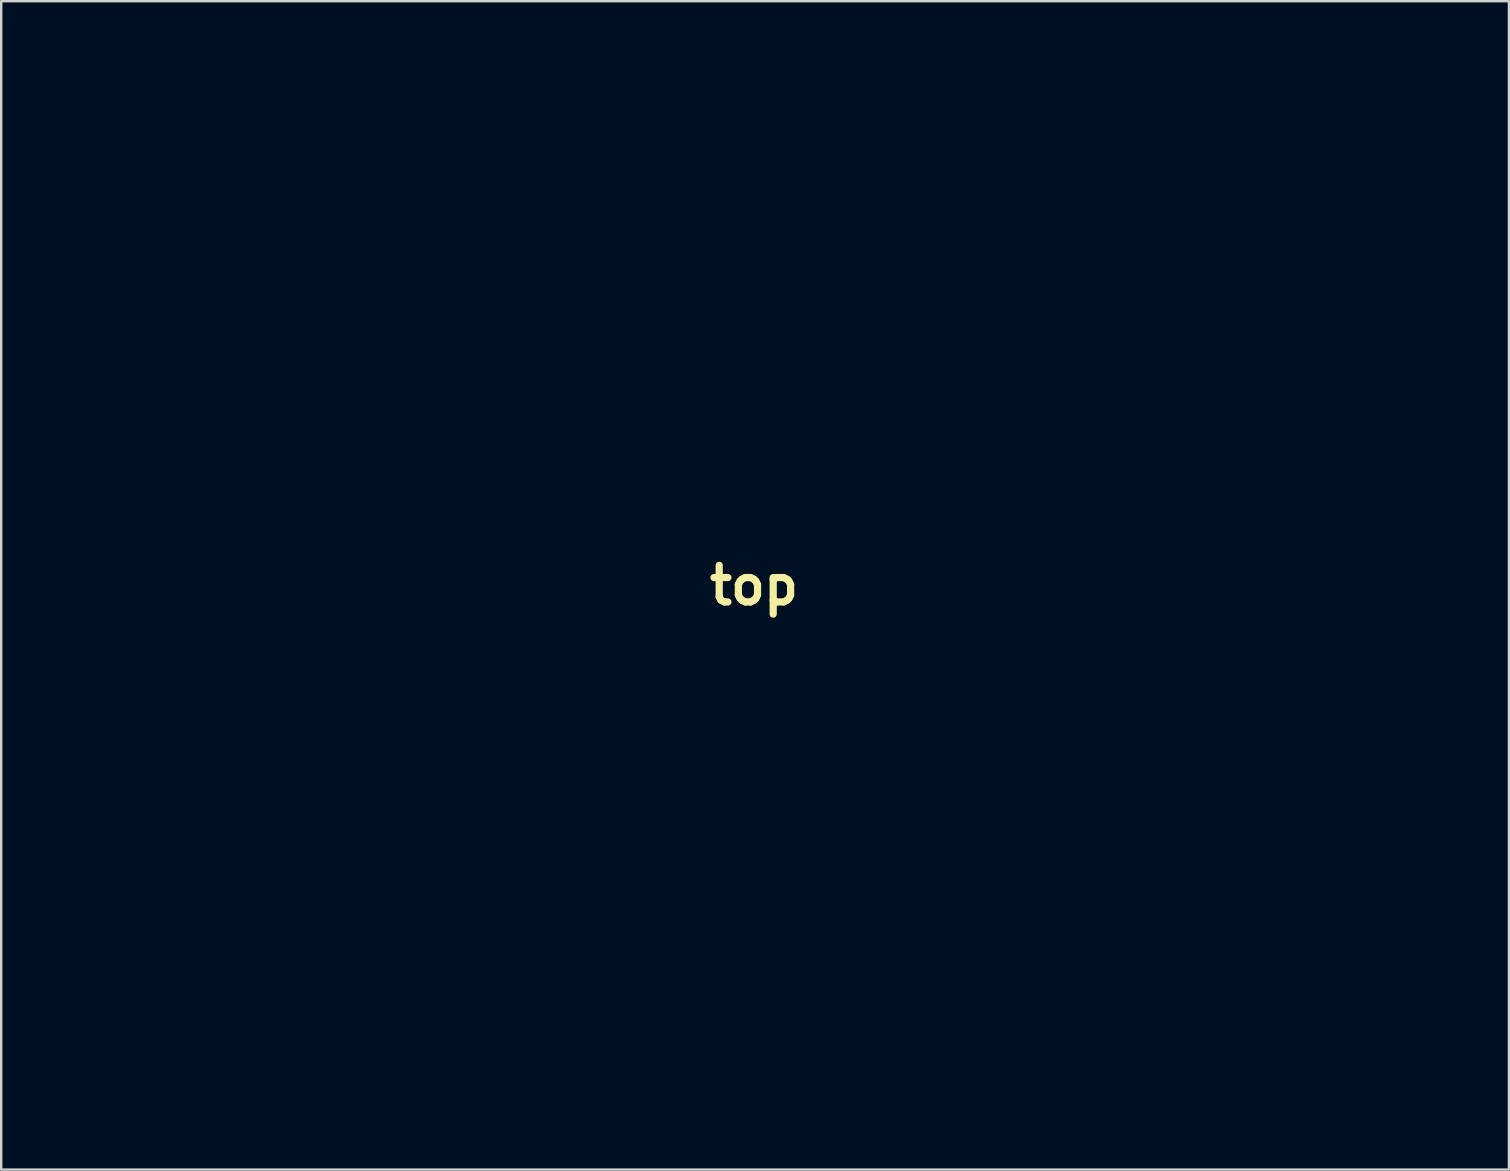
<source format=kicad_pcb>
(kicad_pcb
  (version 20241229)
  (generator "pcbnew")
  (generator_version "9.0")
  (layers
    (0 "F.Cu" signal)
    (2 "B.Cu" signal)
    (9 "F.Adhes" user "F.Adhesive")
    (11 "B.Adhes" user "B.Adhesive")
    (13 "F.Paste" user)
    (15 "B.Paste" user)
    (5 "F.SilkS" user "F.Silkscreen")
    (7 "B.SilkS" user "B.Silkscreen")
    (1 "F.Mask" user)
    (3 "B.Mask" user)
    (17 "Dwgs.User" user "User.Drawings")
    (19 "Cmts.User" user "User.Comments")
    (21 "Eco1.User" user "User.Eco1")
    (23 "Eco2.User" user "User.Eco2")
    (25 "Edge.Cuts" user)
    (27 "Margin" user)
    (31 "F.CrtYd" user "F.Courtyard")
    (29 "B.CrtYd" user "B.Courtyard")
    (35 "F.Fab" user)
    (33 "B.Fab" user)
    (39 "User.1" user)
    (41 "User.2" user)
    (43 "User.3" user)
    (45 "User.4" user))
  (footprint "top"
    (layer "F.Cu")
    (at 28.368 21.341)
    (property "Reference" "top" (at 0 0 0) (layer "F.SilkS") (effects (font (size 1.524 1.524) (thickness 0.3))))
    (attr through_hole)
    (fp_poly (pts (xy -23.961 4.106) (xy -24.003 4.149) (xy -24.045 4.106) (xy -24.003 4.064) (xy -23.961 4.106)) (stroke (width 0.01) (type solid)) (fill yes) (layer "F.Mask"))
    (fp_poly (pts (xy 4.252 -12.159) (xy 4.518 -12.07) (xy 4.64 -11.959) (xy 4.617 -11.854) (xy 4.448 -11.783) (xy 4.271 -11.769) (xy 4.073 -11.785) (xy 3.993 -11.858) (xy 3.979 -11.991) (xy 3.995 -12.14) (xy 4.077 -12.183) (xy 4.252 -12.159)) (stroke (width 0.01) (type solid)) (fill yes) (layer "F.Mask"))
    (fp_poly (pts (xy 4.531 -14.781) (xy 4.643 -14.693) (xy 4.61 -14.582) (xy 4.432 -14.477) (xy 4.252 -14.427) (xy 4.066 -14.402) (xy 3.992 -14.454) (xy 3.979 -14.594) (xy 4 -14.745) (xy 4.097 -14.806) (xy 4.271 -14.817) (xy 4.531 -14.781)) (stroke (width 0.01) (type solid)) (fill yes) (layer "F.Mask"))
    (fp_poly (pts (xy 4.297 -17.425) (xy 4.534 -17.375) (xy 4.614 -17.275) (xy 4.614 -17.272) (xy 4.538 -17.171) (xy 4.304 -17.119) (xy 4.297 -17.119) (xy 4.087 -17.114) (xy 3.997 -17.163) (xy 3.979 -17.272) (xy 4.002 -17.389) (xy 4.102 -17.431) (xy 4.297 -17.425)) (stroke (width 0.01) (type solid)) (fill yes) (layer "F.Mask"))
    (fp_poly (pts (xy 7.121 -14.385) (xy 7.237 -14.15) (xy 7.26 -14.026) (xy 7.18 -13.978) (xy 7.027 -13.97) (xy 6.849 -13.991) (xy 6.773 -14.041) (xy 6.773 -14.042) (xy 6.799 -14.165) (xy 6.862 -14.368) (xy 6.871 -14.393) (xy 6.968 -14.672) (xy 7.121 -14.385)) (stroke (width 0.01) (type solid)) (fill yes) (layer "F.Mask"))
    (fp_poly (pts (xy -19.418 -12.91) (xy -19.257 -12.832) (xy -19.15 -12.685) (xy -19.19 -12.541) (xy -19.357 -12.428) (xy -19.588 -12.377) (xy -19.791 -12.37) (xy -19.877 -12.426) (xy -19.896 -12.59) (xy -19.897 -12.653) (xy -19.883 -12.854) (xy -19.814 -12.938) (xy -19.659 -12.954) (xy -19.418 -12.91)) (stroke (width 0.01) (type solid)) (fill yes) (layer "F.Mask"))
    (fp_poly (pts (xy 4.508 -16.726) (xy 4.704 -16.637) (xy 4.818 -16.535) (xy 4.797 -16.46) (xy 4.704 -16.383) (xy 4.503 -16.293) (xy 4.259 -16.256) (xy 4.068 -16.272) (xy 3.992 -16.353) (xy 3.979 -16.51) (xy 3.997 -16.684) (xy 4.086 -16.753) (xy 4.259 -16.764) (xy 4.508 -16.726)) (stroke (width 0.01) (type solid)) (fill yes) (layer "F.Mask"))
    (fp_poly (pts (xy 4.508 -11.392) (xy 4.704 -11.303) (xy 4.818 -11.201) (xy 4.797 -11.126) (xy 4.704 -11.049) (xy 4.503 -10.959) (xy 4.259 -10.922) (xy 4.068 -10.938) (xy 3.992 -11.019) (xy 3.979 -11.176) (xy 3.997 -11.35) (xy 4.086 -11.419) (xy 4.259 -11.43) (xy 4.508 -11.392)) (stroke (width 0.01) (type solid)) (fill yes) (layer "F.Mask"))
    (fp_poly (pts (xy 7.037 -17.213) (xy 7.123 -17.074) (xy 7.213 -16.904) (xy 7.273 -16.764) (xy 7.281 -16.726) (xy 7.207 -16.695) (xy 7.023 -16.68) (xy 6.983 -16.679) (xy 6.684 -16.679) (xy 6.824 -16.954) (xy 6.923 -17.143) (xy 6.985 -17.252) (xy 6.99 -17.259) (xy 7.037 -17.213)) (stroke (width 0.01) (type solid)) (fill yes) (layer "F.Mask"))
    (fp_poly (pts (xy 7.037 -11.879) (xy 7.123 -11.74) (xy 7.213 -11.57) (xy 7.273 -11.43) (xy 7.281 -11.392) (xy 7.207 -11.361) (xy 7.023 -11.346) (xy 6.983 -11.345) (xy 6.684 -11.345) (xy 6.824 -11.62) (xy 6.923 -11.809) (xy 6.985 -11.918) (xy 6.99 -11.925) (xy 7.037 -11.879)) (stroke (width 0.01) (type solid)) (fill yes) (layer "F.Mask"))
    (fp_poly (pts (xy 9.715 -14.801) (xy 9.964 -14.735) (xy 10.077 -14.615) (xy 10.06 -14.479) (xy 9.921 -14.365) (xy 9.665 -14.311) (xy 9.631 -14.31) (xy 9.467 -14.332) (xy 9.405 -14.435) (xy 9.398 -14.568) (xy 9.41 -14.736) (xy 9.481 -14.803) (xy 9.659 -14.805) (xy 9.715 -14.801)) (stroke (width 0.01) (type solid)) (fill yes) (layer "F.Mask"))
    (fp_poly (pts (xy 4.627 -14.027) (xy 4.762 -13.95) (xy 4.768 -13.938) (xy 4.758 -13.78) (xy 4.603 -13.673) (xy 4.322 -13.631) (xy 4.301 -13.631) (xy 4.09 -13.644) (xy 3.999 -13.705) (xy 3.979 -13.843) (xy 3.996 -13.975) (xy 4.075 -14.036) (xy 4.264 -14.054) (xy 4.351 -14.055) (xy 4.627 -14.027)) (stroke (width 0.01) (type solid)) (fill yes) (layer "F.Mask"))
    (fp_poly (pts (xy 9.663 -12.16) (xy 9.872 -12.123) (xy 10.007 -12.107) (xy 10.007 -12.107) (xy 10.059 -12.037) (xy 10.06 -11.917) (xy 10.006 -11.784) (xy 9.861 -11.719) (xy 9.716 -11.7) (xy 9.508 -11.693) (xy 9.419 -11.743) (xy 9.398 -11.89) (xy 9.398 -11.943) (xy 9.411 -12.127) (xy 9.485 -12.184) (xy 9.663 -12.16)) (stroke (width 0.01) (type solid)) (fill yes) (layer "F.Mask"))
    (fp_poly (pts (xy 9.961 -17.431) (xy 10.054 -17.383) (xy 10.063 -17.272) (xy 10.06 -17.251) (xy 10.006 -17.118) (xy 9.861 -17.053) (xy 9.716 -17.034) (xy 9.508 -17.028) (xy 9.418 -17.077) (xy 9.398 -17.21) (xy 9.398 -17.225) (xy 9.415 -17.363) (xy 9.499 -17.425) (xy 9.696 -17.441) (xy 9.743 -17.441) (xy 9.961 -17.431)) (stroke (width 0.01) (type solid)) (fill yes) (layer "F.Mask"))
    (fp_poly (pts (xy 23.187 15.019) (xy 23.358 15.102) (xy 23.368 15.113) (xy 23.423 15.27) (xy 23.333 15.398) (xy 23.121 15.478) (xy 22.934 15.494) (xy 22.721 15.483) (xy 22.629 15.425) (xy 22.606 15.282) (xy 22.606 15.24) (xy 22.62 15.075) (xy 22.695 15.003) (xy 22.88 14.986) (xy 22.934 14.986) (xy 23.187 15.019)) (stroke (width 0.01) (type solid)) (fill yes) (layer "F.Mask"))
    (fp_poly (pts (xy -25.434 -15.853) (xy -25.256 -15.642) (xy -25.161 -15.34) (xy -25.152 -15.005) (xy -25.233 -14.696) (xy -25.354 -14.516) (xy -25.605 -14.342) (xy -25.853 -14.334) (xy -26.079 -14.462) (xy -26.24 -14.689) (xy -26.317 -15.002) (xy -26.307 -15.336) (xy -26.204 -15.628) (xy -26.164 -15.684) (xy -25.941 -15.861) (xy -25.676 -15.922) (xy -25.434 -15.853)) (stroke (width 0.01) (type solid)) (fill yes) (layer "F.Mask"))
    (fp_poly (pts (xy -22.001 -12.729) (xy -21.963 -12.691) (xy -21.862 -12.488) (xy -21.809 -12.199) (xy -21.806 -11.888) (xy -21.854 -11.619) (xy -21.933 -11.476) (xy -22.198 -11.313) (xy -22.475 -11.308) (xy -22.729 -11.46) (xy -22.885 -11.715) (xy -22.954 -12.04) (xy -22.935 -12.37) (xy -22.824 -12.642) (xy -22.775 -12.7) (xy -22.529 -12.842) (xy -22.249 -12.851) (xy -22.001 -12.729)) (stroke (width 0.01) (type solid)) (fill yes) (layer "F.Mask"))
    (fp_poly (pts (xy 20.489 15.138) (xy 20.654 15.315) (xy 20.725 15.567) (xy 20.738 15.888) (xy 20.696 16.199) (xy 20.612 16.406) (xy 20.417 16.553) (xy 20.158 16.596) (xy 19.905 16.532) (xy 19.784 16.441) (xy 19.639 16.184) (xy 19.585 15.869) (xy 19.615 15.547) (xy 19.722 15.27) (xy 19.902 15.088) (xy 19.947 15.068) (xy 20.226 15.04) (xy 20.489 15.138)) (stroke (width 0.01) (type solid)) (fill yes) (layer "F.Mask"))
    (fp_poly (pts (xy 17.082 12.062) (xy 17.26 12.249) (xy 17.346 12.57) (xy 17.357 12.785) (xy 17.339 13.109) (xy 17.277 13.313) (xy 17.202 13.407) (xy 16.965 13.528) (xy 16.696 13.537) (xy 16.463 13.437) (xy 16.388 13.358) (xy 16.302 13.141) (xy 16.258 12.83) (xy 16.256 12.737) (xy 16.306 12.358) (xy 16.457 12.116) (xy 16.709 12.008) (xy 16.806 12.002) (xy 17.082 12.062)) (stroke (width 0.01) (type solid)) (fill yes) (layer "F.Mask"))
    (fp_poly (pts (xy 7.424 11.753) (xy 7.549 11.939) (xy 7.718 12.211) (xy 7.869 12.467) (xy 8.055 12.788) (xy 8.206 13.048) (xy 8.304 13.217) (xy 8.332 13.265) (xy 8.415 13.28) (xy 8.631 13.308) (xy 8.948 13.346) (xy 9.272 13.382) (xy 9.653 13.428) (xy 9.972 13.474) (xy 10.189 13.516) (xy 10.267 13.541) (xy 10.235 13.619) (xy 10.101 13.788) (xy 9.887 14.024) (xy 9.612 14.301) (xy 9.604 14.309) (xy 8.877 15.019) (xy 9.099 15.902) (xy 9.186 16.265) (xy 9.249 16.563) (xy 9.283 16.761) (xy 9.283 16.823) (xy 9.198 16.801) (xy 8.996 16.712) (xy 8.708 16.571) (xy 8.412 16.418) (xy 7.578 15.976) (xy 6.773 16.464) (xy 6.444 16.664) (xy 6.167 16.832) (xy 5.976 16.948) (xy 5.905 16.99) (xy 5.855 16.953) (xy 5.842 16.86) (xy 5.853 16.698) (xy 5.882 16.418) (xy 5.923 16.069) (xy 5.97 15.701) (xy 6.016 15.364) (xy 6.051 15.139) (xy 6.054 15.023) (xy 6.005 14.905) (xy 5.883 14.76) (xy 5.666 14.561) (xy 5.412 14.345) (xy 5.136 14.109) (xy 4.921 13.915) (xy 4.793 13.785) (xy 4.769 13.745) (xy 4.862 13.717) (xy 5.086 13.669) (xy 5.406 13.609) (xy 5.706 13.556) (xy 6.075 13.49) (xy 6.376 13.432) (xy 6.575 13.389) (xy 6.635 13.369) (xy 6.676 13.281) (xy 6.763 13.069) (xy 6.884 12.769) (xy 6.987 12.509) (xy 7.124 12.169) (xy 7.244 11.897) (xy 7.33 11.726) (xy 7.363 11.684) (xy 7.424 11.753)) (stroke (width 0.01) (type solid)) (fill yes) (layer "F.Mask"))
    (fp_poly (pts (xy 11.43 -10.414) (xy 2.963 -10.414) (xy 2.963 -12.531) (xy 3.302 -12.531) (xy 3.302 -10.583) (xy 4.067 -10.583) (xy 5.674 -10.583) (xy 6.009 -10.583) (xy 6.265 -10.612) (xy 6.409 -10.711) (xy 6.435 -10.753) (xy 6.517 -10.851) (xy 6.661 -10.903) (xy 6.913 -10.921) (xy 7.025 -10.922) (xy 7.313 -10.914) (xy 7.475 -10.879) (xy 7.555 -10.806) (xy 7.578 -10.753) (xy 7.656 -10.637) (xy 7.823 -10.589) (xy 7.971 -10.583) (xy 8.176 -10.599) (xy 8.28 -10.637) (xy 8.283 -10.654) (xy 8.238 -10.755) (xy 8.136 -10.976) (xy 7.993 -11.284) (xy 7.832 -11.628) (xy 7.408 -12.531) (xy 7.026 -12.531) (xy 6.643 -12.531) (xy 8.721 -12.531) (xy 8.721 -10.583) (xy 9.398 -10.583) (xy 9.398 -10.922) (xy 9.414 -11.147) (xy 9.474 -11.245) (xy 9.55 -11.261) (xy 9.691 -11.203) (xy 9.891 -11.055) (xy 10.033 -10.922) (xy 10.249 -10.72) (xy 10.428 -10.619) (xy 10.641 -10.585) (xy 10.745 -10.583) (xy 11.127 -10.583) (xy 10.718 -10.998) (xy 10.507 -11.218) (xy 10.401 -11.351) (xy 10.386 -11.43) (xy 10.448 -11.486) (xy 10.487 -11.508) (xy 10.7 -11.693) (xy 10.804 -11.933) (xy 10.794 -12.111) (xy 10.667 -12.3) (xy 10.419 -12.43) (xy 10.035 -12.506) (xy 9.503 -12.531) (xy 9.487 -12.531) (xy 8.721 -12.531) (xy 6.643 -12.531) (xy 6.158 -11.557) (xy 5.674 -10.583) (xy 4.067 -10.583) (xy 4.536 -10.6) (xy 4.911 -10.647) (xy 5.122 -10.705) (xy 5.368 -10.871) (xy 5.481 -11.089) (xy 5.45 -11.321) (xy 5.373 -11.433) (xy 5.213 -11.56) (xy 5.093 -11.599) (xy 5.029 -11.626) (xy 5.095 -11.719) (xy 5.149 -11.772) (xy 5.307 -11.976) (xy 5.312 -12.162) (xy 5.269 -12.243) (xy 5.115 -12.382) (xy 4.858 -12.472) (xy 4.476 -12.52) (xy 4.07 -12.531) (xy 3.302 -12.531) (xy 2.963 -12.531) (xy 2.963 -12.785) (xy 11.43 -12.785) (xy 11.43 -10.414)) (stroke (width 0.01) (type solid)) (fill yes) (layer "F.Mask"))
    (fp_poly (pts (xy -21.355 11.644) (xy -21.07 11.66) (xy -20.854 11.698) (xy -20.656 11.771) (xy -20.426 11.887) (xy -20.32 11.945) (xy -19.732 12.363) (xy -19.255 12.899) (xy -18.91 13.529) (xy -18.882 13.602) (xy -18.747 14.147) (xy -18.709 14.76) (xy -18.767 15.376) (xy -18.917 15.933) (xy -18.989 16.097) (xy -19.337 16.644) (xy -19.801 17.132) (xy -20.333 17.511) (xy -20.463 17.58) (xy -20.988 17.762) (xy -21.586 17.848) (xy -22.189 17.835) (xy -22.731 17.719) (xy -22.747 17.713) (xy -23.326 17.425) (xy -23.85 17.01) (xy -24.286 16.503) (xy -24.6 15.938) (xy -24.691 15.68) (xy -24.782 15.196) (xy -24.786 15.035) (xy -19.362 15.035) (xy -19.331 15.256) (xy -19.295 15.341) (xy -19.216 15.462) (xy -19.156 15.439) (xy -19.118 15.376) (xy -19.091 15.191) (xy -19.137 15.11) (xy -19.199 14.943) (xy -19.146 14.794) (xy -19.01 14.732) (xy -18.895 14.692) (xy -18.915 14.563) (xy -18.958 14.487) (xy -19.066 14.402) (xy -19.175 14.451) (xy -19.269 14.596) (xy -19.336 14.803) (xy -19.362 15.035) (xy -24.786 15.035) (xy -24.795 14.616) (xy -24.791 14.528) (xy -24.699 13.928) (xy -24.241 13.928) (xy -24.037 13.749) (xy -23.86 13.616) (xy -23.593 13.439) (xy -23.3 13.262) (xy -22.863 13.047) (xy -22.501 12.953) (xy -22.411 12.947) (xy -22.156 12.931) (xy -21.802 12.896) (xy -21.417 12.85) (xy -21.336 12.839) (xy -20.971 12.777) (xy -20.774 12.717) (xy -20.746 12.662) (xy -20.886 12.612) (xy -21.194 12.569) (xy -21.425 12.55) (xy -22.14 12.554) (xy -22.78 12.668) (xy -23.325 12.884) (xy -23.757 13.196) (xy -24.041 13.564) (xy -24.241 13.928) (xy -24.699 13.928) (xy -24.678 13.787) (xy -24.422 13.136) (xy -24.026 12.579) (xy -23.491 12.119) (xy -23.184 11.932) (xy -22.933 11.801) (xy -22.73 11.717) (xy -22.523 11.669) (xy -22.262 11.648) (xy -21.897 11.642) (xy -21.759 11.642) (xy -21.355 11.644)) (stroke (width 0.01) (type solid)) (fill yes) (layer "F.Mask"))
    (fp_poly (pts (xy 11.43 -15.748) (xy 2.963 -15.748) (xy 2.963 -17.865) (xy 3.302 -17.865) (xy 3.302 -15.917) (xy 4.111 -15.917) (xy 5.674 -15.917) (xy 6.009 -15.917) (xy 6.265 -15.946) (xy 6.409 -16.045) (xy 6.435 -16.087) (xy 6.517 -16.185) (xy 6.661 -16.237) (xy 6.913 -16.255) (xy 7.025 -16.256) (xy 7.313 -16.248) (xy 7.475 -16.213) (xy 7.555 -16.14) (xy 7.578 -16.087) (xy 7.657 -15.97) (xy 7.829 -15.922) (xy 7.964 -15.917) (xy 8.173 -15.932) (xy 8.285 -15.967) (xy 8.292 -15.981) (xy 8.254 -16.078) (xy 8.155 -16.293) (xy 8.01 -16.595) (xy 7.843 -16.933) (xy 7.4 -17.822) (xy 7.023 -17.847) (xy 6.759 -17.865) (xy 8.721 -17.865) (xy 8.721 -15.917) (xy 9.398 -15.917) (xy 9.398 -16.256) (xy 9.414 -16.481) (xy 9.474 -16.579) (xy 9.55 -16.595) (xy 9.691 -16.537) (xy 9.891 -16.389) (xy 10.033 -16.256) (xy 10.249 -16.054) (xy 10.428 -15.953) (xy 10.641 -15.919) (xy 10.745 -15.917) (xy 11.127 -15.917) (xy 10.722 -16.329) (xy 10.508 -16.559) (xy 10.411 -16.701) (xy 10.419 -16.776) (xy 10.445 -16.79) (xy 10.626 -16.93) (xy 10.759 -17.151) (xy 10.805 -17.379) (xy 10.794 -17.445) (xy 10.643 -17.64) (xy 10.336 -17.775) (xy 9.872 -17.849) (xy 9.443 -17.865) (xy 8.721 -17.865) (xy 6.759 -17.865) (xy 6.646 -17.872) (xy 6.16 -16.895) (xy 5.674 -15.917) (xy 4.111 -15.917) (xy 4.613 -15.932) (xy 4.966 -15.978) (xy 5.168 -16.046) (xy 5.389 -16.23) (xy 5.48 -16.46) (xy 5.428 -16.693) (xy 5.373 -16.767) (xy 5.213 -16.894) (xy 5.093 -16.933) (xy 5.029 -16.96) (xy 5.095 -17.053) (xy 5.149 -17.106) (xy 5.31 -17.326) (xy 5.305 -17.525) (xy 5.135 -17.695) (xy 4.967 -17.775) (xy 4.772 -17.817) (xy 4.466 -17.849) (xy 4.107 -17.864) (xy 4.016 -17.865) (xy 3.302 -17.865) (xy 2.963 -17.865) (xy 2.963 -18.119) (xy 11.43 -18.119) (xy 11.43 -15.748)) (stroke (width 0.01) (type solid)) (fill yes) (layer "F.Mask"))
    (fp_poly (pts (xy 11.43 -13.039) (xy 2.963 -13.039) (xy 2.963 -15.155) (xy 3.302 -15.155) (xy 3.302 -13.188) (xy 4.146 -13.222) (xy 4.565 -13.245) (xy 4.855 -13.28) (xy 4.887 -13.289) (xy 5.757 -13.289) (xy 5.832 -13.236) (xy 6.015 -13.209) (xy 6.055 -13.208) (xy 6.283 -13.237) (xy 6.413 -13.349) (xy 6.45 -13.42) (xy 6.527 -13.544) (xy 6.645 -13.608) (xy 6.855 -13.63) (xy 7 -13.631) (xy 7.272 -13.622) (xy 7.427 -13.581) (xy 7.516 -13.487) (xy 7.551 -13.42) (xy 7.652 -13.274) (xy 7.817 -13.215) (xy 7.972 -13.208) (xy 8.179 -13.223) (xy 8.291 -13.259) (xy 8.298 -13.271) (xy 8.263 -13.368) (xy 8.169 -13.585) (xy 8.028 -13.89) (xy 7.859 -14.245) (xy 7.42 -15.155) (xy 8.721 -15.155) (xy 8.721 -13.198) (xy 9.038 -13.224) (xy 9.238 -13.251) (xy 9.334 -13.322) (xy 9.372 -13.488) (xy 9.382 -13.61) (xy 9.422 -13.847) (xy 9.491 -13.964) (xy 9.512 -13.97) (xy 9.623 -13.913) (xy 9.805 -13.766) (xy 9.991 -13.589) (xy 10.217 -13.373) (xy 10.394 -13.258) (xy 10.579 -13.214) (xy 10.728 -13.208) (xy 10.949 -13.221) (xy 11.078 -13.252) (xy 11.091 -13.269) (xy 11.036 -13.355) (xy 10.892 -13.524) (xy 10.692 -13.734) (xy 10.508 -13.935) (xy 10.401 -14.08) (xy 10.393 -14.139) (xy 10.396 -14.139) (xy 10.547 -14.205) (xy 10.709 -14.358) (xy 10.82 -14.532) (xy 10.837 -14.609) (xy 10.781 -14.754) (xy 10.644 -14.932) (xy 10.63 -14.948) (xy 10.522 -15.043) (xy 10.403 -15.103) (xy 10.234 -15.137) (xy 9.975 -15.152) (xy 9.587 -15.155) (xy 9.571 -15.155) (xy 8.721 -15.155) (xy 7.42 -15.155) (xy 6.593 -15.155) (xy 6.175 -14.263) (xy 6.01 -13.904) (xy 5.876 -13.599) (xy 5.787 -13.383) (xy 5.757 -13.289) (xy 4.887 -13.289) (xy 5.055 -13.335) (xy 5.206 -13.417) (xy 5.226 -13.431) (xy 5.436 -13.654) (xy 5.477 -13.884) (xy 5.35 -14.116) (xy 5.297 -14.17) (xy 5.159 -14.314) (xy 5.142 -14.405) (xy 5.206 -14.477) (xy 5.323 -14.663) (xy 5.289 -14.869) (xy 5.146 -15.024) (xy 4.992 -15.092) (xy 4.746 -15.134) (xy 4.378 -15.153) (xy 4.13 -15.155) (xy 3.302 -15.155) (xy 2.963 -15.155) (xy 2.963 -15.409) (xy 11.43 -15.409) (xy 11.43 -13.039)) (stroke (width 0.01) (type solid)) (fill yes) (layer "F.Mask"))
    (fp_poly (pts (xy -21.866 -2.599) (xy -21.611 -2.392) (xy -21.416 -2.205) (xy -21.291 -2.027) (xy -21.204 -1.801) (xy -21.127 -1.467) (xy -21.124 -1.455) (xy -21.037 -0.832) (xy -21.003 -0.118) (xy -21.022 0.62) (xy -21.093 1.312) (xy -21.128 1.515) (xy -21.276 2.074) (xy -21.488 2.572) (xy -21.748 2.98) (xy -22.037 3.267) (xy -22.245 3.381) (xy -22.469 3.462) (xy -22.628 3.519) (xy -22.648 3.526) (xy -22.729 3.474) (xy -22.851 3.307) (xy -22.961 3.112) (xy -23.112 2.784) (xy -23.26 2.411) (xy -22.229 2.411) (xy -22.147 2.534) (xy -22.038 2.587) (xy -22.004 2.576) (xy -21.941 2.463) (xy -21.929 2.366) (xy -21.989 2.233) (xy -22.117 2.206) (xy -22.227 2.29) (xy -22.229 2.411) (xy -23.26 2.411) (xy -23.268 2.39) (xy -23.37 2.096) (xy -23.461 1.745) (xy -23.48 1.587) (xy -22.764 1.587) (xy -22.745 1.736) (xy -22.658 1.855) (xy -22.573 1.828) (xy -22.524 1.672) (xy -22.521 1.609) (xy -22.547 1.43) (xy -22.608 1.355) (xy -22.609 1.355) (xy -22.714 1.425) (xy -22.764 1.587) (xy -23.48 1.587) (xy -23.504 1.39) (xy -23.497 1) (xy -23.443 0.585) (xy -22.762 0.585) (xy -22.715 0.662) (xy -22.675 0.658) (xy -22.598 0.556) (xy -22.564 0.361) (xy -22.564 0.353) (xy -22.591 0.135) (xy -22.653 0.071) (xy -22.72 0.159) (xy -22.76 0.369) (xy -22.762 0.585) (xy -23.443 0.585) (xy -23.437 0.545) (xy -23.336 0.056) (xy -21.762 0.056) (xy -21.743 0.22) (xy -21.705 0.28) (xy -21.605 0.304) (xy -21.528 0.196) (xy -21.505 0.037) (xy -21.55 -0.129) (xy -21.632 -0.169) (xy -21.721 -0.1) (xy -21.762 0.056) (xy -23.336 0.056) (xy -23.323 -0.007) (xy -23.152 -0.685) (xy -23.142 -0.72) (xy -23.014 -1.185) (xy -22.959 -1.359) (xy -22.25 -1.359) (xy -22.163 -1.222) (xy -22.058 -1.185) (xy -21.953 -1.259) (xy -21.929 -1.397) (xy -21.98 -1.56) (xy -22.097 -1.613) (xy -22.22 -1.531) (xy -22.228 -1.52) (xy -22.25 -1.359) (xy -22.959 -1.359) (xy -22.909 -1.517) (xy -22.814 -1.751) (xy -22.715 -1.918) (xy -22.599 -2.052) (xy -22.567 -2.082) (xy -22.381 -2.284) (xy -22.251 -2.475) (xy -22.229 -2.527) (xy -22.156 -2.665) (xy -22.043 -2.691) (xy -21.866 -2.599)) (stroke (width 0.01) (type solid)) (fill yes) (layer "F.Mask"))
    (fp_poly (pts (xy -2.824 10.347) (xy -2.561 10.385) (xy -2.286 10.433) (xy -2.286 11.085) (xy -2.299 11.481) (xy -2.349 11.784) (xy -2.449 12.068) (xy -2.509 12.197) (xy -2.719 12.809) (xy -2.816 13.525) (xy -2.798 14.326) (xy -2.666 15.191) (xy -2.49 15.879) (xy -2.379 16.259) (xy -2.317 16.526) (xy -2.301 16.73) (xy -2.332 16.921) (xy -2.407 17.149) (xy -2.459 17.286) (xy -2.58 17.556) (xy -2.727 17.755) (xy -2.95 17.94) (xy -3.128 18.059) (xy -3.434 18.233) (xy -3.737 18.365) (xy -3.95 18.423) (xy -4.226 18.46) (xy -4.467 18.493) (xy -4.487 18.496) (xy -4.679 18.471) (xy -4.977 18.368) (xy -5.344 18.2) (xy -5.354 18.195) (xy -5.686 18.019) (xy -5.906 17.873) (xy -6.056 17.72) (xy -6.181 17.523) (xy -6.227 17.434) (xy -6.337 17.208) (xy -6.393 17.036) (xy -6.4 16.86) (xy -6.363 16.618) (xy -6.318 16.392) (xy -6.312 16.371) (xy -5.736 16.371) (xy -5.727 16.632) (xy -5.726 16.645) (xy -5.649 17.127) (xy -5.454 17.494) (xy -5.136 17.756) (xy -4.963 17.845) (xy -4.924 17.835) (xy -5.012 17.718) (xy -5.051 17.674) (xy -5.431 17.17) (xy -5.647 16.691) (xy -5.687 16.512) (xy -5.718 16.32) (xy -5.734 16.27) (xy -5.736 16.371) (xy -6.312 16.371) (xy -6.089 15.535) (xy -5.763 14.758) (xy -5.312 13.997) (xy -5.231 13.879) (xy -4.95 13.472) (xy -4.751 13.172) (xy -4.618 12.948) (xy -4.533 12.768) (xy -4.48 12.603) (xy -4.444 12.436) (xy -4.419 12.228) (xy -4.471 12.12) (xy -4.633 12.044) (xy -4.659 12.035) (xy -4.989 11.991) (xy -5.356 12.048) (xy -5.682 12.188) (xy -5.829 12.306) (xy -5.956 12.519) (xy -6.026 12.78) (xy -6.026 12.785) (xy -6.048 12.949) (xy -6.103 13.043) (xy -6.233 13.093) (xy -6.479 13.127) (xy -6.562 13.136) (xy -6.842 13.159) (xy -7.051 13.164) (xy -7.133 13.152) (xy -7.155 13.058) (xy -7.174 12.826) (xy -7.188 12.485) (xy -7.196 12.067) (xy -7.197 11.857) (xy -7.197 10.6) (xy -6.781 10.501) (xy -6.522 10.448) (xy -6.343 10.456) (xy -6.163 10.538) (xy -6.024 10.627) (xy -5.777 10.769) (xy -5.567 10.817) (xy -5.317 10.797) (xy -4.787 10.685) (xy -4.354 10.532) (xy -4.164 10.43) (xy -3.96 10.361) (xy -3.638 10.324) (xy -3.243 10.319) (xy -2.824 10.347)) (stroke (width 0.01) (type solid)) (fill yes) (layer "F.Mask"))
    (fp_poly (pts (xy -17.631 -2.673) (xy -17.421 -2.537) (xy -17.263 -2.415) (xy -17.037 -2.216) (xy -16.903 -2.021) (xy -16.817 -1.759) (xy -16.789 -1.632) (xy -16.738 -1.27) (xy -16.704 -0.788) (xy -16.688 -0.235) (xy -16.689 0.339) (xy -16.709 0.885) (xy -16.746 1.355) (xy -16.781 1.599) (xy -16.934 2.154) (xy -17.173 2.652) (xy -17.475 3.058) (xy -17.818 3.335) (xy -17.869 3.362) (xy -18.097 3.471) (xy -18.26 3.54) (xy -18.302 3.553) (xy -18.371 3.487) (xy -18.488 3.315) (xy -18.576 3.166) (xy -18.809 2.66) (xy -18.832 2.587) (xy -18.203 2.587) (xy -18.176 2.731) (xy -18.119 2.752) (xy -18.048 2.632) (xy -18.034 2.535) (xy -18.07 2.4) (xy -18.119 2.371) (xy -18.182 2.443) (xy -18.203 2.587) (xy -18.832 2.587) (xy -18.992 2.085) (xy -19.036 1.863) (xy -17.592 1.863) (xy -17.578 1.91) (xy -17.496 1.997) (xy -17.407 1.953) (xy -17.358 1.805) (xy -17.357 1.778) (xy -17.397 1.618) (xy -17.442 1.566) (xy -17.533 1.579) (xy -17.591 1.699) (xy -17.592 1.863) (xy -19.036 1.863) (xy -19.106 1.515) (xy -19.127 1.231) (xy -18.444 1.231) (xy -18.387 1.375) (xy -18.28 1.422) (xy -18.267 1.418) (xy -18.184 1.316) (xy -18.161 1.185) (xy -18.204 1.017) (xy -18.3 0.948) (xy -18.399 1.003) (xy -18.424 1.051) (xy -18.444 1.231) (xy -19.127 1.231) (xy -19.135 1.132) (xy -19.112 0.858) (xy -19.05 0.467) (xy -18.959 0.004) (xy -18.929 -0.127) (xy -18.119 -0.127) (xy -18.086 0.038) (xy -18.013 0.064) (xy -17.923 -0.04) (xy -17.907 -0.127) (xy -17.957 -0.275) (xy -18.013 -0.318) (xy -18.095 -0.276) (xy -18.119 -0.127) (xy -18.929 -0.127) (xy -18.849 -0.486) (xy -18.753 -0.864) (xy -17.424 -0.864) (xy -17.362 -0.724) (xy -17.275 -0.677) (xy -17.209 -0.75) (xy -17.187 -0.889) (xy -17.225 -1.059) (xy -17.313 -1.096) (xy -17.402 -1.012) (xy -17.424 -0.864) (xy -18.753 -0.864) (xy -18.729 -0.957) (xy -18.611 -1.365) (xy -18.6 -1.397) (xy -18.203 -1.397) (xy -18.171 -1.232) (xy -18.098 -1.206) (xy -18.008 -1.31) (xy -17.992 -1.397) (xy -18.042 -1.545) (xy -18.098 -1.587) (xy -18.18 -1.546) (xy -18.203 -1.397) (xy -18.6 -1.397) (xy -18.536 -1.583) (xy -18.43 -1.772) (xy -18.251 -2.015) (xy -18.115 -2.173) (xy -17.934 -2.383) (xy -17.812 -2.551) (xy -17.78 -2.623) (xy -17.745 -2.7) (xy -17.631 -2.673)) (stroke (width 0.01) (type solid)) (fill yes) (layer "F.Mask"))
    (fp_poly (pts (xy -8.926 10.428) (xy -8.607 10.449) (xy -8.266 10.478) (xy -7.996 10.505) (xy -7.837 10.526) (xy -7.811 10.533) (xy -7.791 10.624) (xy -7.764 10.837) (xy -7.737 11.1) (xy -7.72 11.39) (xy -7.737 11.62) (xy -7.801 11.853) (xy -7.926 12.152) (xy -7.983 12.277) (xy -8.232 12.952) (xy -8.322 13.448) (xy -8.328 13.925) (xy -8.284 14.501) (xy -8.196 15.113) (xy -8.075 15.703) (xy -7.968 16.087) (xy -7.861 16.437) (xy -7.809 16.688) (xy -7.811 16.898) (xy -7.869 17.128) (xy -7.962 17.388) (xy -8.074 17.649) (xy -8.206 17.84) (xy -8.403 18.012) (xy -8.66 18.186) (xy -9.028 18.397) (xy -9.354 18.518) (xy -9.694 18.576) (xy -9.963 18.596) (xy -10.18 18.581) (xy -10.402 18.519) (xy -10.691 18.396) (xy -10.845 18.324) (xy -11.169 18.163) (xy -11.381 18.03) (xy -11.525 17.886) (xy -11.644 17.693) (xy -11.711 17.562) (xy -11.825 17.32) (xy -11.883 17.139) (xy -11.892 16.955) (xy -11.858 16.708) (xy -11.82 16.509) (xy -11.208 16.509) (xy -11.2 16.792) (xy -11.182 16.946) (xy -11.105 17.266) (xy -10.968 17.502) (xy -10.806 17.67) (xy -10.62 17.832) (xy -10.487 17.933) (xy -10.453 17.949) (xy -10.474 17.887) (xy -10.574 17.723) (xy -10.733 17.491) (xy -10.748 17.47) (xy -10.942 17.179) (xy -11.047 16.948) (xy -11.091 16.712) (xy -11.097 16.56) (xy -11.106 16.323) (xy -11.128 16.239) (xy -11.168 16.293) (xy -11.177 16.315) (xy -11.208 16.509) (xy -11.82 16.509) (xy -11.816 16.49) (xy -11.595 15.666) (xy -11.246 14.855) (xy -10.755 14.023) (xy -10.641 13.855) (xy -10.361 13.42) (xy -10.139 13.014) (xy -9.987 12.663) (xy -9.914 12.392) (xy -9.932 12.226) (xy -9.945 12.21) (xy -10.055 12.179) (xy -10.283 12.158) (xy -10.558 12.151) (xy -10.864 12.159) (xy -11.056 12.191) (xy -11.187 12.267) (xy -11.311 12.404) (xy -11.312 12.405) (xy -11.457 12.663) (xy -11.514 12.922) (xy -11.539 13.114) (xy -11.649 13.206) (xy -11.779 13.24) (xy -12.05 13.276) (xy -12.352 13.293) (xy -12.374 13.293) (xy -12.704 13.293) (xy -12.681 12.007) (xy -12.658 10.721) (xy -12.249 10.617) (xy -11.993 10.561) (xy -11.82 10.566) (xy -11.652 10.645) (xy -11.529 10.726) (xy -11.312 10.853) (xy -11.107 10.906) (xy -10.834 10.9) (xy -10.764 10.893) (xy -10.422 10.826) (xy -10.043 10.705) (xy -9.843 10.619) (xy -9.608 10.511) (xy -9.414 10.448) (xy -9.205 10.423) (xy -8.926 10.428)) (stroke (width 0.01) (type solid)) (fill yes) (layer "F.Mask"))
    (fp_poly (pts (xy 21.588 -19.844) (xy 21.755 -19.718) (xy 21.839 -19.65) (xy 22.131 -19.408) (xy 21.779 -18.799) (xy 21.604 -18.471) (xy 21.463 -18.155) (xy 21.382 -17.912) (xy 21.375 -17.879) (xy 21.324 -17.568) (xy 21.52 -17.897) (xy 21.629 -18.054) (xy 21.762 -18.18) (xy 21.954 -18.298) (xy 22.243 -18.43) (xy 22.553 -18.556) (xy 23.389 -18.888) (xy 24.18 -18.575) (xy 24.507 -18.438) (xy 24.761 -18.32) (xy 24.909 -18.234) (xy 24.934 -18.203) (xy 24.842 -18.148) (xy 24.631 -18.055) (xy 24.34 -17.941) (xy 24.24 -17.903) (xy 23.854 -17.739) (xy 23.464 -17.533) (xy 23.151 -17.33) (xy 23.14 -17.321) (xy 22.697 -16.979) (xy 23.287 -16.879) (xy 23.786 -16.754) (xy 24.247 -16.562) (xy 24.627 -16.325) (xy 24.887 -16.066) (xy 24.919 -16.016) (xy 25.002 -15.815) (xy 25.092 -15.5) (xy 25.173 -15.128) (xy 25.201 -14.968) (xy 25.258 -14.5) (xy 25.274 -14.021) (xy 25.247 -13.495) (xy 25.174 -12.887) (xy 25.053 -12.161) (xy 25.015 -11.957) (xy 24.919 -11.556) (xy 24.772 -11.087) (xy 24.594 -10.592) (xy 24.4 -10.115) (xy 24.208 -9.702) (xy 24.035 -9.395) (xy 23.988 -9.329) (xy 23.826 -9.141) (xy 23.648 -9.003) (xy 23.427 -8.909) (xy 23.136 -8.852) (xy 22.745 -8.824) (xy 22.228 -8.819) (xy 21.904 -8.824) (xy 21.429 -8.828) (xy 20.99 -8.824) (xy 20.628 -8.813) (xy 20.38 -8.796) (xy 20.32 -8.787) (xy 20.143 -8.768) (xy 19.959 -8.799) (xy 19.722 -8.893) (xy 19.403 -9.055) (xy 19.014 -9.269) (xy 18.735 -9.451) (xy 18.524 -9.636) (xy 18.337 -9.864) (xy 18.148 -10.144) (xy 17.893 -10.618) (xy 17.657 -11.215) (xy 17.436 -11.951) (xy 17.225 -12.84) (xy 17.201 -12.954) (xy 18.326 -12.954) (xy 18.331 -12.88) (xy 18.38 -12.686) (xy 18.459 -12.41) (xy 18.559 -12.093) (xy 18.665 -11.781) (xy 18.82 -11.441) (xy 19.056 -11.044) (xy 19.338 -10.638) (xy 19.631 -10.271) (xy 19.902 -9.992) (xy 19.993 -9.917) (xy 20.205 -9.768) (xy 20.36 -9.672) (xy 20.407 -9.652) (xy 20.482 -9.718) (xy 20.568 -9.852) (xy 20.615 -9.967) (xy 20.6 -10.071) (xy 20.504 -10.202) (xy 20.305 -10.399) (xy 20.242 -10.458) (xy 20.008 -10.675) (xy 19.811 -10.855) (xy 19.696 -10.956) (xy 19.61 -11.059) (xy 19.454 -11.276) (xy 19.248 -11.576) (xy 19.015 -11.93) (xy 18.968 -12.002) (xy 18.741 -12.352) (xy 18.547 -12.644) (xy 18.404 -12.852) (xy 18.331 -12.95) (xy 18.326 -12.954) (xy 17.201 -12.954) (xy 17.193 -12.994) (xy 16.964 -14.093) (xy 17.237 -14.96) (xy 17.434 -15.545) (xy 17.629 -15.988) (xy 17.85 -16.312) (xy 18.124 -16.541) (xy 18.481 -16.699) (xy 18.948 -16.81) (xy 19.53 -16.895) (xy 19.925 -16.943) (xy 20.257 -16.982) (xy 20.492 -17.009) (xy 20.592 -17.018) (xy 20.631 -17.094) (xy 20.654 -17.287) (xy 20.657 -17.42) (xy 20.69 -17.717) (xy 20.794 -18.12) (xy 20.974 -18.647) (xy 21.054 -18.86) (xy 21.206 -19.244) (xy 21.338 -19.564) (xy 21.439 -19.789) (xy 21.495 -19.891) (xy 21.5 -19.894) (xy 21.588 -19.844)) (stroke (width 0.01) (type solid)) (fill yes) (layer "F.Mask"))
    (fp_poly (pts (xy 21.282 -3.484) (xy 22.079 -3.299) (xy 22.835 -3.001) (xy 23.528 -2.586) (xy 23.94 -2.249) (xy 24.442 -1.695) (xy 24.733 -1.22) (xy 24.865 -0.955) (xy 24.966 -0.761) (xy 25.014 -0.678) (xy 25.015 -0.677) (xy 25.096 -0.703) (xy 25.301 -0.771) (xy 25.595 -0.869) (xy 25.786 -0.934) (xy 26.543 -1.19) (xy 26.691 -1.009) (xy 26.805 -0.753) (xy 26.839 -0.418) (xy 26.839 -0.007) (xy 26.226 0.172) (xy 25.873 0.275) (xy 25.539 0.372) (xy 25.295 0.443) (xy 25.294 0.443) (xy 25.092 0.529) (xy 24.983 0.629) (xy 24.977 0.654) (xy 24.942 0.789) (xy 24.853 1.022) (xy 24.751 1.254) (xy 24.399 1.819) (xy 23.908 2.341) (xy 23.304 2.798) (xy 22.616 3.17) (xy 21.883 3.431) (xy 21.493 3.508) (xy 21 3.565) (xy 20.464 3.599) (xy 19.941 3.607) (xy 19.492 3.586) (xy 19.284 3.559) (xy 18.441 3.338) (xy 17.668 3.003) (xy 16.986 2.568) (xy 16.416 2.046) (xy 15.979 1.453) (xy 15.848 1.204) (xy 15.723 0.9) (xy 15.653 0.616) (xy 15.624 0.276) (xy 15.621 0.042) (xy 15.623 -0.023) (xy 20.947 -0.023) (xy 20.947 -0.022) (xy 21.039 0.012) (xy 21.262 0.077) (xy 21.58 0.164) (xy 21.929 0.254) (xy 22.307 0.353) (xy 22.622 0.441) (xy 22.839 0.507) (xy 22.922 0.542) (xy 22.887 0.615) (xy 22.753 0.765) (xy 22.553 0.96) (xy 22.318 1.169) (xy 22.082 1.361) (xy 21.978 1.438) (xy 21.906 1.499) (xy 21.907 1.549) (xy 22.003 1.599) (xy 22.219 1.662) (xy 22.564 1.747) (xy 22.903 1.828) (xy 23.179 1.893) (xy 23.35 1.932) (xy 23.384 1.939) (xy 23.486 1.912) (xy 23.695 1.833) (xy 23.95 1.727) (xy 24.234 1.593) (xy 24.406 1.473) (xy 24.511 1.323) (xy 24.585 1.135) (xy 24.664 0.794) (xy 24.637 0.503) (xy 24.632 0.489) (xy 24.584 0.245) (xy 24.559 -0.034) (xy 24.558 -0.3) (xy 24.58 -0.502) (xy 24.625 -0.592) (xy 24.631 -0.593) (xy 24.661 -0.665) (xy 24.637 -0.856) (xy 24.569 -1.126) (xy 24.464 -1.435) (xy 24.458 -1.45) (xy 24.379 -1.573) (xy 24.235 -1.662) (xy 24.003 -1.723) (xy 23.662 -1.759) (xy 23.187 -1.776) (xy 22.832 -1.778) (xy 22.066 -1.778) (xy 22.275 -1.545) (xy 22.465 -1.33) (xy 22.634 -1.132) (xy 22.638 -1.127) (xy 22.792 -0.942) (xy 21.851 -0.5) (xy 21.495 -0.329) (xy 21.207 -0.183) (xy 21.015 -0.076) (xy 20.947 -0.023) (xy 15.623 -0.023) (xy 15.631 -0.344) (xy 15.673 -0.639) (xy 15.763 -0.919) (xy 15.884 -1.19) (xy 16.255 -1.791) (xy 17.578 -1.791) (xy 18.547 -2.085) (xy 19 -2.22) (xy 19.464 -2.353) (xy 19.875 -2.469) (xy 20.108 -2.531) (xy 20.701 -2.684) (xy 20.102 -2.746) (xy 19.463 -2.772) (xy 18.932 -2.697) (xy 18.472 -2.513) (xy 18.048 -2.208) (xy 18.039 -2.2) (xy 17.578 -1.791) (xy 16.255 -1.791) (xy 16.271 -1.818) (xy 16.782 -2.354) (xy 17.396 -2.795) (xy 18.091 -3.139) (xy 18.848 -3.382) (xy 19.646 -3.523) (xy 20.464 -3.558) (xy 21.282 -3.484)) (stroke (width 0.01) (type solid)) (fill yes) (layer "F.Mask"))
    (fp_poly (pts (xy 7.413 10.062) (xy 7.533 10.258) (xy 7.704 10.556) (xy 7.913 10.932) (xy 8.108 11.291) (xy 8.807 12.592) (xy 9.674 12.69) (xy 10.12 12.739) (xy 10.579 12.787) (xy 10.977 12.828) (xy 11.115 12.841) (xy 11.41 12.877) (xy 11.632 12.922) (xy 11.733 12.964) (xy 11.733 12.965) (xy 11.691 13.045) (xy 11.548 13.225) (xy 11.322 13.482) (xy 11.031 13.797) (xy 10.756 14.084) (xy 9.735 15.132) (xy 10.035 16.555) (xy 10.132 17.024) (xy 10.213 17.436) (xy 10.273 17.762) (xy 10.306 17.972) (xy 10.311 18.039) (xy 10.231 18.025) (xy 10.024 17.946) (xy 9.716 17.814) (xy 9.331 17.64) (xy 8.983 17.475) (xy 8.551 17.269) (xy 8.171 17.092) (xy 7.871 16.955) (xy 7.677 16.87) (xy 7.615 16.849) (xy 7.522 16.889) (xy 7.311 16.999) (xy 7.01 17.164) (xy 6.647 17.369) (xy 6.506 17.45) (xy 5.999 17.741) (xy 5.621 17.956) (xy 5.352 18.105) (xy 5.173 18.195) (xy 5.067 18.236) (xy 5.015 18.235) (xy 4.997 18.201) (xy 4.995 18.143) (xy 4.995 18.142) (xy 5.006 18.01) (xy 5.036 17.742) (xy 5.081 17.371) (xy 5.137 16.929) (xy 5.175 16.643) (xy 5.355 15.294) (xy 4.688 14.697) (xy 4.346 14.388) (xy 3.992 14.064) (xy 3.682 13.777) (xy 3.567 13.669) (xy 3.391 13.503) (xy 3.851 13.503) (xy 3.917 13.606) (xy 4.087 13.776) (xy 4.373 14.027) (xy 4.66 14.267) (xy 4.999 14.543) (xy 5.249 14.756) (xy 5.42 14.938) (xy 5.522 15.12) (xy 5.566 15.335) (xy 5.562 15.614) (xy 5.52 15.99) (xy 5.451 16.494) (xy 5.429 16.658) (xy 5.377 17.07) (xy 5.341 17.414) (xy 5.324 17.659) (xy 5.328 17.775) (xy 5.333 17.78) (xy 5.422 17.739) (xy 5.629 17.626) (xy 5.926 17.456) (xy 6.288 17.245) (xy 6.458 17.145) (xy 6.842 16.92) (xy 7.18 16.73) (xy 7.441 16.591) (xy 7.597 16.517) (xy 7.625 16.51) (xy 7.731 16.549) (xy 7.956 16.656) (xy 8.27 16.816) (xy 8.645 17.016) (xy 8.805 17.103) (xy 9.191 17.312) (xy 9.521 17.49) (xy 9.769 17.62) (xy 9.908 17.688) (xy 9.927 17.695) (xy 9.922 17.618) (xy 9.883 17.406) (xy 9.813 17.088) (xy 9.721 16.694) (xy 9.683 16.535) (xy 9.579 16.105) (xy 9.493 15.726) (xy 9.431 15.433) (xy 9.4 15.259) (xy 9.398 15.234) (xy 9.456 15.13) (xy 9.617 14.933) (xy 9.86 14.667) (xy 10.164 14.355) (xy 10.368 14.154) (xy 11.338 13.214) (xy 11.066 13.17) (xy 10.865 13.142) (xy 10.547 13.104) (xy 10.166 13.062) (xy 9.948 13.039) (xy 9.455 12.99) (xy 9.095 12.947) (xy 8.836 12.89) (xy 8.644 12.797) (xy 8.485 12.646) (xy 8.327 12.418) (xy 8.136 12.09) (xy 7.956 11.776) (xy 7.733 11.396) (xy 7.538 11.078) (xy 7.386 10.846) (xy 7.295 10.725) (xy 7.277 10.713) (xy 7.23 10.799) (xy 7.134 11.013) (xy 7.002 11.328) (xy 6.846 11.714) (xy 6.78 11.879) (xy 6.332 13.014) (xy 5.177 13.21) (xy 4.744 13.285) (xy 4.363 13.354) (xy 4.069 13.411) (xy 3.898 13.449) (xy 3.878 13.455) (xy 3.851 13.503) (xy 3.391 13.503) (xy 3.113 13.239) (xy 4.456 13) (xy 4.925 12.915) (xy 5.344 12.834) (xy 5.681 12.766) (xy 5.904 12.715) (xy 5.969 12.697) (xy 6.073 12.598) (xy 6.222 12.359) (xy 6.419 11.974) (xy 6.667 11.437) (xy 6.723 11.312) (xy 6.918 10.878) (xy 7.091 10.505) (xy 7.231 10.216) (xy 7.325 10.037) (xy 7.359 9.991) (xy 7.413 10.062)) (stroke (width 0.01) (type solid)) (fill yes) (layer "F.Mask"))
    (fp_poly (pts (xy 28.448 21.336) (xy -28.363 21.336) (xy -28.363 7.197) (xy -28.025 7.197) (xy -28.025 21.083) (xy -13.885 21.083) (xy 0.254 21.083) (xy 7.133 21.061) (xy 14.012 21.04) (xy 14.012 17.081) (xy 14.324 17.081) (xy 14.324 17.959) (xy 14.325 18.75) (xy 14.327 19.442) (xy 14.331 20.022) (xy 14.335 20.476) (xy 14.34 20.791) (xy 14.345 20.956) (xy 14.348 20.977) (xy 14.387 20.996) (xy 14.494 21.014) (xy 14.678 21.028) (xy 14.948 21.04) (xy 15.315 21.05) (xy 15.786 21.057) (xy 16.372 21.063) (xy 17.081 21.066) (xy 17.922 21.067) (xy 18.906 21.067) (xy 20.041 21.065) (xy 21.27 21.061) (xy 28.152 21.04) (xy 28.152 7.239) (xy 14.351 7.239) (xy 14.329 14.055) (xy 14.326 15.116) (xy 14.324 16.129) (xy 14.324 17.081) (xy 14.012 17.081) (xy 14.012 7.239) (xy 7.133 7.217) (xy 0.254 7.196) (xy 0.254 21.083) (xy -13.885 21.083) (xy -7.006 21.061) (xy -0.127 21.04) (xy -0.127 7.239) (xy -7.006 7.217) (xy -13.885 7.196) (xy -13.885 21.083) (xy -28.025 21.083) (xy -21.145 21.061) (xy -14.266 21.04) (xy -14.245 14.118) (xy -14.223 7.197) (xy -28.025 7.197) (xy -28.363 7.197) (xy -28.363 2.941) (xy -28.094 2.941) (xy -28.094 3.819) (xy -28.093 4.611) (xy -28.091 5.303) (xy -28.087 5.882) (xy -28.083 6.336) (xy -28.078 6.652) (xy -28.073 6.817) (xy -28.07 6.837) (xy -28.031 6.857) (xy -27.924 6.874) (xy -27.74 6.889) (xy -27.47 6.901) (xy -27.103 6.91) (xy -26.632 6.918) (xy -26.046 6.923) (xy -25.337 6.927) (xy -24.496 6.928) (xy -23.512 6.928) (xy -22.377 6.925) (xy -21.148 6.922) (xy -14.266 6.9) (xy -14.266 -6.9) (xy -28.067 -6.9) (xy -28.089 -0.085) (xy -28.092 0.976) (xy -28.094 1.989) (xy -28.094 2.941) (xy -28.363 2.941) (xy -28.363 -6.943) (xy -13.97 -6.943) (xy -13.97 6.943) (xy 14.055 6.943) (xy 14.055 -6.943) (xy 14.309 -6.943) (xy 14.309 -0.056) (xy 14.309 1.009) (xy 14.311 2.025) (xy 14.314 2.979) (xy 14.319 3.859) (xy 14.324 4.652) (xy 14.33 5.345) (xy 14.337 5.925) (xy 14.344 6.38) (xy 14.352 6.697) (xy 14.361 6.864) (xy 14.365 6.886) (xy 14.457 6.895) (xy 14.705 6.903) (xy 15.097 6.911) (xy 15.62 6.918) (xy 16.261 6.925) (xy 17.008 6.93) (xy 17.848 6.935) (xy 18.767 6.939) (xy 19.755 6.941) (xy 20.797 6.943) (xy 21.265 6.943) (xy 28.109 6.943) (xy 28.109 -6.943) (xy 14.309 -6.943) (xy 14.055 -6.943) (xy -13.97 -6.943) (xy -28.363 -6.943) (xy -28.363 -11.198) (xy -28.094 -11.198) (xy -28.094 -10.32) (xy -28.093 -9.529) (xy -28.091 -8.837) (xy -28.087 -8.257) (xy -28.083 -7.803) (xy -28.079 -7.488) (xy -28.073 -7.323) (xy -28.07 -7.303) (xy -28.03 -7.283) (xy -27.92 -7.265) (xy -27.73 -7.25) (xy -27.451 -7.237) (xy -27.075 -7.227) (xy -26.592 -7.218) (xy -25.993 -7.211) (xy -25.269 -7.205) (xy -24.411 -7.201) (xy -23.409 -7.198) (xy -22.255 -7.197) (xy -21.169 -7.197) (xy -14.309 -7.197) (xy -13.971 -7.197) (xy -0.169 -7.197) (xy -0.169 -21.082) (xy 0.169 -21.082) (xy 0.169 -7.197) (xy 13.97 -7.197) (xy 14.308 -7.197) (xy 28.109 -7.197) (xy 28.109 -21.083) (xy 21.23 -21.061) (xy 14.351 -21.04) (xy 14.329 -14.118) (xy 14.308 -7.197) (xy 13.97 -7.197) (xy 13.97 -21.082) (xy 0.169 -21.082) (xy -0.169 -21.082) (xy -0.169 -21.083) (xy -7.048 -21.061) (xy -13.928 -21.04) (xy -13.949 -14.118) (xy -13.971 -7.197) (xy -14.309 -7.197) (xy -14.309 -21.083) (xy -21.188 -21.061) (xy -28.067 -21.04) (xy -28.089 -14.224) (xy -28.092 -13.163) (xy -28.094 -12.15) (xy -28.094 -11.198) (xy -28.363 -11.198) (xy -28.363 -21.336) (xy 28.448 -21.336) (xy 28.448 21.336)) (stroke (width 0.01) (type solid)) (fill yes) (layer "F.Mask"))
    (fp_poly (pts (xy -6.868 -17.99) (xy -6.531 -17.86) (xy -6.335 -17.646) (xy -6.295 -17.525) (xy -6.18 -17.294) (xy -5.916 -17.028) (xy -5.791 -16.927) (xy -5.249 -16.465) (xy -4.847 -16.012) (xy -4.564 -15.536) (xy -4.375 -15.002) (xy -4.315 -14.73) (xy -4.221 -14.379) (xy -4.053 -13.951) (xy -3.802 -13.423) (xy -3.602 -13.039) (xy -3.375 -12.604) (xy -3.164 -12.187) (xy -2.989 -11.828) (xy -2.868 -11.564) (xy -2.841 -11.497) (xy -2.689 -11.099) (xy -2.926 -10.725) (xy -3.199 -10.399) (xy -3.557 -10.116) (xy -3.597 -10.091) (xy -3.765 -9.996) (xy -3.924 -9.924) (xy -4.106 -9.868) (xy -4.342 -9.823) (xy -4.662 -9.781) (xy -5.096 -9.738) (xy -5.534 -9.699) (xy -6.018 -9.657) (xy -6.439 -9.622) (xy -6.77 -9.596) (xy -6.983 -9.58) (xy -7.053 -9.578) (xy -7.138 -9.59) (xy -7.359 -9.616) (xy -7.682 -9.652) (xy -8.074 -9.694) (xy -8.086 -9.696) (xy -8.603 -9.765) (xy -9.127 -9.859) (xy -9.587 -9.966) (xy -9.779 -10.021) (xy -10.117 -10.135) (xy -10.334 -10.231) (xy -10.475 -10.338) (xy -10.582 -10.484) (xy -10.652 -10.61) (xy -10.668 -10.651) (xy -10.394 -10.651) (xy -10.312 -10.523) (xy -10.073 -10.382) (xy -9.712 -10.243) (xy -9.237 -10.108) (xy -8.724 -10.011) (xy -8.15 -9.949) (xy -7.489 -9.923) (xy -6.719 -9.929) (xy -5.813 -9.968) (xy -5.493 -9.986) (xy -5.003 -10.018) (xy -4.643 -10.05) (xy -4.373 -10.089) (xy -4.155 -10.144) (xy -3.948 -10.223) (xy -3.715 -10.334) (xy -3.651 -10.366) (xy -3.315 -10.548) (xy -3.109 -10.692) (xy -3.04 -10.804) (xy -3.113 -10.887) (xy -3.334 -10.946) (xy -3.709 -10.985) (xy -4.245 -11.008) (xy -4.572 -11.015) (xy -5.18 -11.023) (xy -5.636 -11.025) (xy -5.959 -11.02) (xy -6.167 -11.006) (xy -6.278 -10.983) (xy -6.309 -10.949) (xy -6.282 -10.905) (xy -6.186 -10.708) (xy -6.221 -10.499) (xy -6.371 -10.351) (xy -6.655 -10.234) (xy -6.864 -10.21) (xy -7.065 -10.278) (xy -7.172 -10.34) (xy -7.363 -10.481) (xy -7.435 -10.616) (xy -7.43 -10.769) (xy -7.394 -11.016) (xy -8.29 -10.966) (xy -8.974 -10.925) (xy -9.502 -10.887) (xy -9.889 -10.85) (xy -10.148 -10.812) (xy -10.293 -10.773) (xy -10.314 -10.762) (xy -10.394 -10.651) (xy -10.668 -10.651) (xy -10.773 -10.91) (xy -10.812 -11.22) (xy -10.763 -11.566) (xy -10.661 -11.858) (xy -4.134 -11.858) (xy -4.124 -11.64) (xy -4.091 -11.443) (xy -4.037 -11.329) (xy -4.033 -11.325) (xy -3.89 -11.284) (xy -3.661 -11.263) (xy -3.61 -11.262) (xy -3.401 -11.274) (xy -3.325 -11.324) (xy -3.336 -11.396) (xy -3.398 -11.587) (xy -3.437 -11.729) (xy -3.549 -11.889) (xy -3.761 -12.027) (xy -4.005 -12.103) (xy -4.071 -12.107) (xy -4.117 -12.035) (xy -4.134 -11.858) (xy -10.661 -11.858) (xy -10.621 -11.976) (xy -10.614 -11.989) (xy -8.895 -11.989) (xy -8.851 -11.98) (xy -8.667 -11.973) (xy -8.355 -11.97) (xy -8.297 -11.97) (xy -7.968 -11.972) (xy -7.763 -11.978) (xy -7.696 -11.988) (xy -7.783 -11.999) (xy -7.811 -12.001) (xy -8.198 -12.013) (xy -8.617 -12.008) (xy -8.784 -12.001) (xy -8.895 -11.989) (xy -10.614 -11.989) (xy -10.572 -12.076) (xy -6.725 -12.076) (xy -6.71 -12.068) (xy -6.55 -12.062) (xy -6.257 -12.058) (xy -5.927 -12.057) (xy -5.535 -12.058) (xy -5.265 -12.063) (xy -5.13 -12.069) (xy -5.142 -12.078) (xy -5.271 -12.086) (xy -5.714 -12.096) (xy -6.209 -12.096) (xy -6.583 -12.086) (xy -6.725 -12.076) (xy -10.572 -12.076) (xy -10.497 -12.234) (xy -9.398 -12.234) (xy -9.356 -12.192) (xy -9.313 -12.234) (xy -9.356 -12.277) (xy -9.398 -12.234) (xy -10.497 -12.234) (xy -10.455 -12.321) (xy -8.494 -12.321) (xy -8.418 -12.306) (xy -8.176 -12.294) (xy -7.895 -12.288) (xy -7.555 -12.29) (xy -7.289 -12.304) (xy -7.135 -12.327) (xy -7.112 -12.343) (xy -7.189 -12.372) (xy -7.394 -12.386) (xy -7.683 -12.383) (xy -7.726 -12.381) (xy -8.146 -12.359) (xy -8.403 -12.339) (xy -8.494 -12.321) (xy -10.455 -12.321) (xy -10.413 -12.409) (xy -6.797 -12.409) (xy -6.734 -12.398) (xy -6.532 -12.391) (xy -6.392 -12.39) (xy -6.124 -12.394) (xy -5.981 -12.403) (xy -5.98 -12.404) (xy -5.673 -12.404) (xy -5.63 -12.361) (xy -5.588 -12.404) (xy -5.503 -12.404) (xy -5.461 -12.361) (xy -5.419 -12.404) (xy -5.461 -12.446) (xy -5.503 -12.404) (xy -5.588 -12.404) (xy -5.63 -12.446) (xy -5.673 -12.404) (xy -5.98 -12.404) (xy -5.979 -12.416) (xy -6.03 -12.423) (xy -6.331 -12.437) (xy -6.66 -12.427) (xy -6.708 -12.423) (xy -6.797 -12.409) (xy -10.413 -12.409) (xy -10.38 -12.477) (xy -10.224 -12.764) (xy -9.884 -13.383) (xy -9.62 -13.88) (xy -9.424 -14.278) (xy -9.285 -14.599) (xy -9.192 -14.868) (xy -9.146 -15.063) (xy -8.796 -15.063) (xy -8.763 -15.043) (xy -8.633 -15.032) (xy -8.39 -15.029) (xy -8.019 -15.033) (xy -7.502 -15.043) (xy -7.154 -15.051) (xy -5.292 -15.094) (xy -5.097 -14.595) (xy -4.922 -13.918) (xy -4.908 -13.193) (xy -4.948 -12.89) (xy -5.01 -12.531) (xy -4.452 -12.531) (xy -4.154 -12.534) (xy -3.987 -12.555) (xy -3.913 -12.607) (xy -3.895 -12.703) (xy -3.895 -12.737) (xy -3.931 -12.898) (xy -4.028 -13.167) (xy -4.17 -13.499) (xy -4.276 -13.725) (xy -4.475 -14.176) (xy -4.604 -14.556) (xy -4.658 -14.844) (xy -4.633 -15.023) (xy -4.551 -15.073) (xy -4.529 -15.11) (xy -4.614 -15.179) (xy -4.768 -15.219) (xy -5.059 -15.248) (xy -5.457 -15.268) (xy -5.929 -15.277) (xy -6.445 -15.277) (xy -6.973 -15.268) (xy -7.482 -15.25) (xy -7.94 -15.224) (xy -8.316 -15.19) (xy -8.58 -15.148) (xy -8.636 -15.132) (xy -8.749 -15.092) (xy -8.796 -15.063) (xy -9.146 -15.063) (xy -9.136 -15.105) (xy -9.113 -15.258) (xy -9.075 -15.485) (xy -8.787 -15.485) (xy -8.729 -15.46) (xy -8.575 -15.441) (xy -8.31 -15.428) (xy -7.919 -15.419) (xy -7.387 -15.414) (xy -6.778 -15.412) (xy -6.102 -15.413) (xy -5.58 -15.417) (xy -5.196 -15.426) (xy -4.936 -15.44) (xy -4.782 -15.46) (xy -4.721 -15.487) (xy -4.729 -15.515) (xy -4.848 -15.552) (xy -5.107 -15.581) (xy -5.475 -15.603) (xy -5.923 -15.618) (xy -6.419 -15.626) (xy -6.935 -15.627) (xy -7.44 -15.621) (xy -7.904 -15.607) (xy -8.298 -15.586) (xy -8.591 -15.558) (xy -8.753 -15.523) (xy -8.763 -15.518) (xy -8.787 -15.485) (xy -9.075 -15.485) (xy -9.038 -15.708) (xy -8.908 -16.063) (xy -8.694 -16.398) (xy -8.581 -16.54) (xy -8.411 -16.78) (xy -8.311 -17.036) (xy -8.254 -17.382) (xy -8.252 -17.4) (xy -8.224 -17.605) (xy -7.9 -17.605) (xy -7.866 -17.441) (xy -7.697 -17.305) (xy -7.427 -17.216) (xy -7.178 -17.191) (xy -6.948 -17.212) (xy -6.81 -17.311) (xy -6.733 -17.437) (xy -6.658 -17.609) (xy -6.676 -17.71) (xy -6.812 -17.774) (xy -7.043 -17.823) (xy -7.392 -17.85) (xy -7.678 -17.8) (xy -7.861 -17.682) (xy -7.9 -17.605) (xy -8.224 -17.605) (xy -8.213 -17.687) (xy -8.149 -17.871) (xy -8.025 -17.974) (xy -7.809 -18.02) (xy -7.467 -18.032) (xy -7.341 -18.033) (xy -6.868 -17.99)) (stroke (width 0.01) (type solid)) (fill yes) (layer "F.Mask"))
    (fp_poly (pts (xy -17.526 -3.838) (xy -17.239 -3.574) (xy -16.936 -3.189) (xy -16.646 -2.723) (xy -16.396 -2.219) (xy -16.357 -2.127) (xy -16.288 -1.941) (xy -16.238 -1.756) (xy -16.205 -1.538) (xy -16.185 -1.255) (xy -16.175 -0.876) (xy -16.171 -0.367) (xy -16.171 -0.218) (xy -16.171 1.236) (xy -16.51 2.244) (xy -16.711 2.795) (xy -16.91 3.216) (xy -17.136 3.543) (xy -17.415 3.813) (xy -17.777 4.062) (xy -18.003 4.194) (xy -18.277 4.344) (xy -18.46 4.421) (xy -18.608 4.435) (xy -18.775 4.397) (xy -18.905 4.354) (xy -19.19 4.222) (xy -19.354 4.049) (xy -19.391 3.974) (xy -19.503 3.801) (xy -19.631 3.725) (xy -19.635 3.725) (xy -19.799 3.688) (xy -20.026 3.597) (xy -20.083 3.569) (xy -20.279 3.49) (xy -20.352 3.503) (xy -20.31 3.592) (xy -20.157 3.736) (xy -19.993 3.857) (xy -19.82 3.981) (xy -19.736 4.055) (xy -19.737 4.064) (xy -19.959 4.012) (xy -20.253 3.874) (xy -20.568 3.678) (xy -20.764 3.529) (xy -21.166 3.192) (xy -21.618 3.619) (xy -21.914 3.872) (xy -22.237 4.106) (xy -22.486 4.254) (xy -22.737 4.37) (xy -22.915 4.415) (xy -23.094 4.394) (xy -23.29 4.337) (xy -23.569 4.217) (xy -23.725 4.063) (xy -23.766 3.978) (xy -23.906 3.778) (xy -24.139 3.681) (xy -24.409 3.598) (xy -24.637 3.494) (xy -24.695 3.477) (xy -24.638 3.558) (xy -24.479 3.717) (xy -24.108 4.064) (xy -24.465 3.938) (xy -24.689 3.824) (xy -24.984 3.627) (xy -25.299 3.381) (xy -25.428 3.269) (xy -26.035 2.726) (xy -26.089 2.561) (xy -24.958 2.561) (xy -24.9 2.621) (xy -24.702 2.742) (xy -24.553 2.828) (xy -24.287 2.974) (xy -24.134 3.033) (xy -24.064 3.008) (xy -24.046 2.904) (xy -24.045 2.884) (xy -24.065 2.781) (xy -24.145 2.709) (xy -24.32 2.651) (xy -24.625 2.592) (xy -24.68 2.582) (xy -24.883 2.553) (xy -24.958 2.561) (xy -26.089 2.561) (xy -26.448 1.468) (xy -25.527 1.468) (xy -25.061 1.618) (xy -24.697 1.727) (xy -24.468 1.77) (xy -24.353 1.747) (xy -24.33 1.657) (xy -24.346 1.587) (xy -24.355 1.561) (xy -23.702 1.561) (xy -23.66 2.262) (xy -23.551 2.863) (xy -23.38 3.346) (xy -23.148 3.692) (xy -23.091 3.747) (xy -22.92 3.89) (xy -22.811 3.972) (xy -22.796 3.979) (xy -22.711 3.945) (xy -22.531 3.857) (xy -22.454 3.819) (xy -22.242 3.678) (xy -21.972 3.455) (xy -21.699 3.195) (xy -21.668 3.163) (xy -21.438 2.913) (xy -21.285 2.707) (xy -21.236 2.609) (xy -20.511 2.609) (xy -20.434 2.685) (xy -20.206 2.819) (xy -20.108 2.871) (xy -19.898 2.975) (xy -19.792 2.996) (xy -19.747 2.94) (xy -19.741 2.913) (xy -19.753 2.758) (xy -19.783 2.711) (xy -19.905 2.661) (xy -20.128 2.614) (xy -20.224 2.6) (xy -20.44 2.583) (xy -20.511 2.609) (xy -21.236 2.609) (xy -21.182 2.498) (xy -20.743 2.498) (xy -20.701 2.54) (xy -20.659 2.498) (xy -20.701 2.455) (xy -20.743 2.498) (xy -21.182 2.498) (xy -21.179 2.491) (xy -21.091 2.208) (xy -21.017 1.905) (xy -20.942 1.513) (xy -20.574 1.513) (xy -20.53 1.639) (xy -20.379 1.718) (xy -20.091 1.763) (xy -20.048 1.766) (xy -19.949 1.744) (xy -19.959 1.626) (xy -19.965 1.609) (xy -19.386 1.609) (xy -19.365 1.983) (xy -19.31 2.366) (xy -19.258 2.582) (xy -19.164 2.901) (xy -19.075 3.211) (xy -19.046 3.316) (xy -18.876 3.64) (xy -18.694 3.796) (xy -18.425 3.966) (xy -18.039 3.768) (xy -17.767 3.595) (xy -17.462 3.354) (xy -17.256 3.161) (xy -17.071 2.959) (xy -16.939 2.775) (xy -16.837 2.562) (xy -16.744 2.275) (xy -16.642 1.89) (xy -16.463 0.888) (xy -16.429 -0.131) (xy -16.542 -1.197) (xy -16.604 -1.533) (xy -16.783 -2.413) (xy -17.294 -2.879) (xy -17.539 -3.098) (xy -17.736 -3.268) (xy -17.853 -3.361) (xy -17.867 -3.369) (xy -17.955 -3.32) (xy -18.093 -3.148) (xy -18.262 -2.886) (xy -18.444 -2.565) (xy -18.619 -2.217) (xy -18.77 -1.875) (xy -18.823 -1.736) (xy -18.959 -1.281) (xy -19.091 -0.712) (xy -19.208 -0.081) (xy -19.302 0.557) (xy -19.365 1.148) (xy -19.386 1.609) (xy -19.965 1.609) (xy -19.972 1.587) (xy -20.084 1.445) (xy -20.255 1.367) (xy -20.43 1.36) (xy -20.551 1.431) (xy -20.574 1.513) (xy -20.942 1.513) (xy -20.842 0.985) (xy -20.788 0.28) (xy -20.489 0.28) (xy -20.457 0.454) (xy -20.363 0.474) (xy -20.213 0.341) (xy -20.087 0.171) (xy -19.973 -0.012) (xy -19.922 -0.126) (xy -19.923 -0.139) (xy -20.012 -0.131) (xy -20.193 -0.075) (xy -20.22 -0.065) (xy -20.413 0.04) (xy -20.484 0.19) (xy -20.489 0.28) (xy -20.788 0.28) (xy -20.777 0.139) (xy -20.82 -0.687) (xy -20.845 -0.839) (xy -20.489 -0.839) (xy -20.489 -0.839) (xy -20.477 -0.755) (xy -20.415 -0.741) (xy -20.268 -0.802) (xy -20.096 -0.891) (xy -19.851 -1.011) (xy -19.656 -1.087) (xy -19.588 -1.101) (xy -19.5 -1.167) (xy -19.39 -1.323) (xy -19.296 -1.503) (xy -19.254 -1.643) (xy -19.261 -1.673) (xy -19.341 -1.658) (xy -19.523 -1.592) (xy -19.603 -1.56) (xy -19.937 -1.391) (xy -20.22 -1.196) (xy -20.416 -1.002) (xy -20.489 -0.839) (xy -20.845 -0.839) (xy -20.946 -1.439) (xy -21.111 -2.208) (xy -20.368 -2.208) (xy -20.268 -2.226) (xy -20.045 -2.343) (xy -19.971 -2.387) (xy -19.666 -2.564) (xy -19.358 -2.721) (xy -19.189 -2.794) (xy -18.943 -2.925) (xy -18.752 -3.087) (xy -18.724 -3.123) (xy -18.639 -3.263) (xy -18.667 -3.296) (xy -18.799 -3.262) (xy -19.253 -3.081) (xy -19.716 -2.804) (xy -19.933 -2.646) (xy -20.198 -2.429) (xy -20.344 -2.279) (xy -20.368 -2.208) (xy -21.111 -2.208) (xy -21.155 -2.413) (xy -21.682 -2.901) (xy -21.94 -3.136) (xy -22.108 -3.27) (xy -22.217 -3.319) (xy -22.3 -3.3) (xy -22.364 -3.249) (xy -22.6 -2.961) (xy -22.838 -2.536) (xy -23.067 -2.006) (xy -23.275 -1.402) (xy -23.449 -0.755) (xy -23.577 -0.098) (xy -23.582 -0.064) (xy -23.677 0.78) (xy -23.702 1.561) (xy -24.355 1.561) (xy -24.391 1.453) (xy -24.448 1.381) (xy -24.56 1.359) (xy -24.768 1.375) (xy -24.993 1.402) (xy -25.527 1.468) (xy -26.448 1.468) (xy -26.666 0.804) (xy -26.612 0.453) (xy -25.721 0.453) (xy -25.6 0.541) (xy -25.506 0.579) (xy -25.198 0.66) (xy -24.96 0.629) (xy -24.732 0.469) (xy -24.606 0.338) (xy -24.434 0.134) (xy -24.323 -0.025) (xy -24.299 -0.084) (xy -24.37 -0.1) (xy -24.551 -0.057) (xy -24.744 0.012) (xy -25.05 0.131) (xy -25.34 0.237) (xy -25.463 0.279) (xy -25.676 0.369) (xy -25.721 0.453) (xy -26.612 0.453) (xy -26.507 -0.219) (xy -26.445 -0.611) (xy -25.287 -0.611) (xy -25.182 -0.622) (xy -24.994 -0.677) (xy -24.759 -0.766) (xy -24.515 -0.877) (xy -24.469 -0.901) (xy -24.23 -1.017) (xy -24.043 -1.089) (xy -23.984 -1.101) (xy -23.886 -1.17) (xy -23.759 -1.345) (xy -23.705 -1.442) (xy -23.531 -1.784) (xy -23.979 -1.559) (xy -24.386 -1.323) (xy -24.832 -1.015) (xy -25.239 -0.688) (xy -25.273 -0.657) (xy -25.287 -0.611) (xy -26.445 -0.611) (xy -26.347 -1.243) (xy -25.789 -2.033) (xy -25.758 -2.074) (xy -24.845 -2.074) (xy -24.595 -2.237) (xy -24.377 -2.369) (xy -24.087 -2.533) (xy -23.89 -2.64) (xy -23.628 -2.768) (xy -23.417 -2.854) (xy -23.32 -2.879) (xy -23.202 -2.945) (xy -23.085 -3.093) (xy -23.029 -3.246) (xy -23.029 -3.25) (xy -23.1 -3.253) (xy -23.277 -3.206) (xy -23.363 -3.177) (xy -23.675 -3.037) (xy -24.02 -2.835) (xy -24.348 -2.608) (xy -24.604 -2.39) (xy -24.706 -2.274) (xy -24.845 -2.074) (xy -25.758 -2.074) (xy -25.501 -2.419) (xy -25.222 -2.727) (xy -24.921 -2.98) (xy -24.567 -3.198) (xy -24.128 -3.401) (xy -23.573 -3.611) (xy -23.217 -3.733) (xy -22.228 -4.066) (xy -21.888 -3.823) (xy -21.644 -3.609) (xy -21.392 -3.326) (xy -21.266 -3.153) (xy -20.985 -2.725) (xy -20.377 -3.084) (xy -20.034 -3.264) (xy -19.595 -3.463) (xy -19.124 -3.652) (xy -18.819 -3.76) (xy -17.868 -4.077) (xy -17.526 -3.838)) (stroke (width 0.01) (type solid)) (fill yes) (layer "F.Mask"))
    (fp_poly (pts (xy 17.102 10.985) (xy 17.506 11.027) (xy 17.761 11.085) (xy 18.015 11.152) (xy 18.165 11.145) (xy 18.223 11.106) (xy 18.385 11.037) (xy 18.659 11.004) (xy 18.992 11.006) (xy 19.331 11.04) (xy 19.625 11.104) (xy 19.785 11.171) (xy 19.972 11.271) (xy 20.082 11.277) (xy 20.155 11.213) (xy 20.295 11.147) (xy 20.545 11.105) (xy 20.847 11.089) (xy 21.146 11.101) (xy 21.382 11.14) (xy 21.486 11.191) (xy 21.604 11.246) (xy 21.786 11.197) (xy 21.821 11.182) (xy 22.058 11.114) (xy 22.407 11.063) (xy 22.815 11.03) (xy 23.232 11.019) (xy 23.606 11.031) (xy 23.885 11.068) (xy 23.961 11.091) (xy 24.174 11.155) (xy 24.303 11.12) (xy 24.321 11.104) (xy 24.442 11.065) (xy 24.698 11.036) (xy 25.054 11.016) (xy 25.474 11.005) (xy 25.925 11.002) (xy 26.371 11.008) (xy 26.779 11.023) (xy 27.113 11.047) (xy 27.338 11.079) (xy 27.415 11.108) (xy 27.473 11.246) (xy 27.506 11.479) (xy 27.514 11.745) (xy 27.495 11.984) (xy 27.449 12.133) (xy 27.432 12.15) (xy 27.393 12.262) (xy 27.432 12.361) (xy 27.506 12.611) (xy 27.501 12.878) (xy 27.422 13.088) (xy 27.384 13.128) (xy 27.297 13.223) (xy 27.353 13.293) (xy 27.393 13.316) (xy 27.477 13.399) (xy 27.5 13.551) (xy 27.475 13.788) (xy 27.423 14.045) (xy 27.361 14.235) (xy 27.335 14.28) (xy 27.304 14.396) (xy 27.337 14.429) (xy 27.374 14.533) (xy 27.401 14.761) (xy 27.416 15.071) (xy 27.42 15.419) (xy 27.413 15.759) (xy 27.395 16.05) (xy 27.366 16.246) (xy 27.339 16.304) (xy 27.307 16.401) (xy 27.348 16.468) (xy 27.395 16.611) (xy 27.418 16.862) (xy 27.415 17.074) (xy 27.39 17.568) (xy 25.536 17.591) (xy 24.907 17.597) (xy 24.425 17.597) (xy 24.069 17.589) (xy 23.815 17.573) (xy 23.643 17.546) (xy 23.529 17.509) (xy 23.486 17.485) (xy 23.262 17.392) (xy 23.011 17.359) (xy 22.791 17.386) (xy 22.664 17.474) (xy 22.66 17.485) (xy 22.597 17.556) (xy 22.458 17.581) (xy 22.201 17.567) (xy 22.121 17.558) (xy 21.828 17.508) (xy 21.59 17.435) (xy 21.492 17.382) (xy 21.377 17.311) (xy 21.246 17.324) (xy 21.069 17.407) (xy 20.793 17.497) (xy 20.422 17.55) (xy 20.014 17.564) (xy 19.631 17.539) (xy 19.333 17.473) (xy 19.265 17.443) (xy 19.094 17.367) (xy 18.994 17.387) (xy 18.926 17.465) (xy 18.757 17.572) (xy 18.495 17.618) (xy 18.203 17.603) (xy 17.947 17.529) (xy 17.822 17.441) (xy 17.694 17.327) (xy 17.576 17.337) (xy 17.473 17.398) (xy 17.236 17.496) (xy 16.97 17.524) (xy 16.739 17.484) (xy 16.61 17.387) (xy 16.541 17.296) (xy 16.449 17.311) (xy 16.333 17.387) (xy 16.058 17.495) (xy 15.719 17.519) (xy 15.395 17.459) (xy 15.245 17.385) (xy 15.044 17.244) (xy 15.099 14.47) (xy 15.101 14.393) (xy 15.409 14.393) (xy 15.409 17.272) (xy 16.171 17.272) (xy 16.179 16.277) (xy 16.187 15.282) (xy 16.443 16.277) (xy 16.699 17.272) (xy 17.022 17.272) (xy 17.146 17.271) (xy 17.241 17.252) (xy 17.319 17.193) (xy 17.389 17.072) (xy 17.464 16.868) (xy 17.554 16.557) (xy 17.669 16.117) (xy 17.754 15.79) (xy 17.907 15.198) (xy 17.931 16.235) (xy 17.955 17.272) (xy 18.627 17.272) (xy 18.627 15.818) (xy 18.754 15.818) (xy 18.788 16.306) (xy 18.9 16.668) (xy 19.106 16.935) (xy 19.407 17.131) (xy 19.76 17.241) (xy 20.175 17.275) (xy 20.585 17.235) (xy 20.925 17.125) (xy 20.998 17.081) (xy 21.326 16.816) (xy 21.522 16.532) (xy 21.615 16.178) (xy 21.632 15.848) (xy 21.575 15.306) (xy 21.402 14.889) (xy 21.111 14.592) (xy 20.701 14.416) (xy 20.51 14.393) (xy 21.759 14.393) (xy 21.759 17.272) (xy 22.606 17.272) (xy 22.606 16.679) (xy 22.628 16.317) (xy 22.692 16.119) (xy 22.8 16.084) (xy 22.951 16.213) (xy 23.146 16.506) (xy 23.317 16.828) (xy 23.54 17.272) (xy 24.556 17.272) (xy 24.334 16.828) (xy 24.169 16.534) (xy 23.989 16.267) (xy 23.893 16.15) (xy 23.765 15.996) (xy 23.757 15.928) (xy 23.812 15.917) (xy 23.988 15.842) (xy 24.15 15.65) (xy 24.263 15.393) (xy 24.297 15.165) (xy 24.266 14.886) (xy 24.167 14.68) (xy 23.978 14.538) (xy 23.681 14.45) (xy 23.255 14.405) (xy 22.739 14.393) (xy 24.638 14.393) (xy 24.638 17.272) (xy 27.009 17.272) (xy 27.009 16.595) (xy 25.474 16.595) (xy 25.5 16.32) (xy 25.527 16.044) (xy 26.231 16.02) (xy 26.934 15.995) (xy 26.882 15.452) (xy 26.178 15.427) (xy 25.834 15.412) (xy 25.627 15.391) (xy 25.525 15.353) (xy 25.495 15.289) (xy 25.5 15.215) (xy 25.525 15.125) (xy 25.591 15.068) (xy 25.733 15.034) (xy 25.984 15.015) (xy 26.268 15.004) (xy 27.009 14.979) (xy 27.009 14.393) (xy 24.638 14.393) (xy 22.739 14.393) (xy 21.759 14.393) (xy 20.51 14.393) (xy 20.202 14.357) (xy 19.69 14.411) (xy 19.28 14.59) (xy 18.949 14.906) (xy 18.932 14.929) (xy 18.835 15.093) (xy 18.78 15.295) (xy 18.757 15.584) (xy 18.754 15.818) (xy 18.627 15.818) (xy 18.627 14.393) (xy 17.473 14.393) (xy 17.042 16.044) (xy 16.941 15.663) (xy 16.855 15.344) (xy 16.755 14.981) (xy 16.715 14.838) (xy 16.59 14.393) (xy 15.409 14.393) (xy 15.101 14.393) (xy 15.115 13.792) (xy 15.134 13.161) (xy 15.143 12.935) (xy 15.342 12.935) (xy 15.438 13.376) (xy 15.643 13.756) (xy 15.949 14.036) (xy 16.003 14.067) (xy 16.353 14.183) (xy 16.782 14.225) (xy 16.798 14.224) (xy 18.542 14.224) (xy 19.382 14.224) (xy 19.431 12.688) (xy 20.457 14.182) (xy 20.896 14.207) (xy 21.336 14.233) (xy 21.336 12.873) (xy 21.597 12.873) (xy 21.686 13.309) (xy 21.865 13.694) (xy 22.125 13.985) (xy 22.267 14.076) (xy 22.583 14.175) (xy 22.975 14.219) (xy 23.372 14.206) (xy 23.704 14.135) (xy 23.783 14.101) (xy 24.083 13.857) (xy 24.304 13.492) (xy 24.325 13.438) (xy 24.321 13.304) (xy 24.171 13.208) (xy 24.167 13.206) (xy 23.823 13.091) (xy 23.616 13.061) (xy 23.538 13.116) (xy 23.537 13.129) (xy 23.464 13.329) (xy 23.281 13.47) (xy 23.042 13.535) (xy 22.802 13.506) (xy 22.654 13.414) (xy 22.583 13.258) (xy 22.536 12.999) (xy 22.518 12.699) (xy 22.531 12.424) (xy 22.58 12.237) (xy 22.586 12.226) (xy 22.787 12.055) (xy 23.046 11.996) (xy 23.303 12.047) (xy 23.499 12.208) (xy 23.517 12.237) (xy 23.59 12.319) (xy 23.714 12.332) (xy 23.942 12.282) (xy 23.947 12.28) (xy 24.192 12.187) (xy 24.283 12.067) (xy 24.223 11.898) (xy 24.061 11.7) (xy 23.715 11.445) (xy 23.4 11.345) (xy 24.553 11.345) (xy 24.553 14.224) (xy 27.009 14.224) (xy 27.009 13.547) (xy 25.485 13.547) (xy 25.485 13.039) (xy 26.839 13.039) (xy 26.839 12.361) (xy 26.162 12.361) (xy 25.826 12.359) (xy 25.625 12.345) (xy 25.524 12.309) (xy 25.489 12.239) (xy 25.485 12.15) (xy 25.491 12.047) (xy 25.533 11.985) (xy 25.645 11.952) (xy 25.859 11.94) (xy 26.204 11.938) (xy 26.924 11.938) (xy 26.924 11.345) (xy 24.553 11.345) (xy 23.4 11.345) (xy 23.304 11.315) (xy 22.866 11.306) (xy 22.44 11.411) (xy 22.066 11.625) (xy 21.783 11.943) (xy 21.738 12.024) (xy 21.611 12.431) (xy 21.597 12.873) (xy 21.336 12.873) (xy 21.336 11.345) (xy 20.496 11.345) (xy 20.471 12.117) (xy 20.447 12.888) (xy 19.431 11.388) (xy 18.542 11.336) (xy 18.542 14.224) (xy 16.798 14.224) (xy 17.216 14.192) (xy 17.581 14.085) (xy 17.612 14.07) (xy 17.939 13.807) (xy 18.16 13.426) (xy 18.265 12.951) (xy 18.268 12.637) (xy 18.179 12.135) (xy 17.975 11.755) (xy 17.653 11.496) (xy 17.21 11.355) (xy 16.806 11.324) (xy 16.32 11.368) (xy 15.952 11.51) (xy 15.673 11.766) (xy 15.515 12.021) (xy 15.364 12.471) (xy 15.342 12.935) (xy 15.143 12.935) (xy 15.156 12.599) (xy 15.178 12.127) (xy 15.201 11.768) (xy 15.224 11.544) (xy 15.236 11.483) (xy 15.383 11.262) (xy 15.641 11.108) (xy 16.027 11.015) (xy 16.557 10.976) (xy 16.634 10.974) (xy 17.102 10.985)) (stroke (width 0.01) (type solid)) (fill yes) (layer "F.Mask"))
    (fp_poly (pts (xy -25.3 -16.931) (xy -24.9 -16.866) (xy -24.654 -16.775) (xy -24.478 -16.711) (xy -24.344 -16.762) (xy -24.332 -16.772) (xy -24.159 -16.838) (xy -23.874 -16.871) (xy -23.532 -16.874) (xy -23.188 -16.847) (xy -22.896 -16.793) (xy -22.727 -16.726) (xy -22.521 -16.636) (xy -22.409 -16.667) (xy -22.275 -16.721) (xy -22.031 -16.775) (xy -21.787 -16.81) (xy -21.457 -16.834) (xy -21.239 -16.812) (xy -21.081 -16.739) (xy -21.078 -16.737) (xy -20.913 -16.652) (xy -20.767 -16.686) (xy -20.711 -16.718) (xy -20.527 -16.781) (xy -20.226 -16.83) (xy -19.854 -16.862) (xy -19.457 -16.877) (xy -19.08 -16.873) (xy -18.768 -16.849) (xy -18.568 -16.802) (xy -18.541 -16.788) (xy -18.393 -16.715) (xy -18.254 -16.756) (xy -18.184 -16.802) (xy -18.078 -16.853) (xy -17.914 -16.89) (xy -17.666 -16.914) (xy -17.308 -16.928) (xy -16.815 -16.933) (xy -16.631 -16.933) (xy -16.114 -16.932) (xy -15.739 -16.924) (xy -15.48 -16.909) (xy -15.31 -16.882) (xy -15.203 -16.842) (xy -15.132 -16.785) (xy -15.126 -16.779) (xy -15.038 -16.596) (xy -14.992 -16.332) (xy -14.991 -16.056) (xy -15.038 -15.837) (xy -15.079 -15.774) (xy -15.127 -15.643) (xy -15.079 -15.509) (xy -14.995 -15.238) (xy -15.014 -14.98) (xy -15.117 -14.814) (xy -15.197 -14.692) (xy -15.159 -14.617) (xy -15.102 -14.48) (xy -15.074 -14.252) (xy -15.074 -13.993) (xy -15.102 -13.763) (xy -15.155 -13.623) (xy -15.177 -13.607) (xy -15.24 -13.55) (xy -15.177 -13.456) (xy -15.104 -13.301) (xy -15.074 -13.079) (xy -15.087 -12.857) (xy -15.141 -12.703) (xy -15.177 -12.675) (xy -15.24 -12.619) (xy -15.177 -12.524) (xy -15.102 -12.352) (xy -15.074 -12.095) (xy -15.092 -11.829) (xy -15.156 -11.632) (xy -15.177 -11.606) (xy -15.24 -11.505) (xy -15.177 -11.455) (xy -15.107 -11.346) (xy -15.073 -11.106) (xy -15.071 -11.007) (xy -15.069 -10.791) (xy -15.078 -10.627) (xy -15.117 -10.507) (xy -15.206 -10.424) (xy -15.366 -10.372) (xy -15.616 -10.344) (xy -15.978 -10.332) (xy -16.47 -10.331) (xy -17.048 -10.332) (xy -17.702 -10.336) (xy -18.206 -10.345) (xy -18.582 -10.36) (xy -18.848 -10.383) (xy -19.026 -10.415) (xy -19.135 -10.456) (xy -19.442 -10.568) (xy -19.71 -10.543) (xy -19.842 -10.456) (xy -20.025 -10.368) (xy -20.303 -10.329) (xy -20.609 -10.339) (xy -20.877 -10.396) (xy -21.012 -10.47) (xy -21.151 -10.56) (xy -21.304 -10.544) (xy -21.4 -10.503) (xy -21.695 -10.414) (xy -22.077 -10.36) (xy -22.488 -10.343) (xy -22.869 -10.365) (xy -23.159 -10.427) (xy -23.208 -10.448) (xy -23.402 -10.534) (xy -23.509 -10.536) (xy -23.588 -10.46) (xy -23.741 -10.37) (xy -23.995 -10.328) (xy -24.288 -10.331) (xy -24.558 -10.379) (xy -24.743 -10.471) (xy -24.748 -10.476) (xy -24.888 -10.573) (xy -25.031 -10.536) (xy -25.062 -10.518) (xy -25.273 -10.44) (xy -25.527 -10.413) (xy -25.763 -10.438) (xy -25.918 -10.511) (xy -25.941 -10.546) (xy -25.993 -10.631) (xy -26.083 -10.61) (xy -26.18 -10.546) (xy -26.382 -10.466) (xy -26.663 -10.423) (xy -26.96 -10.419) (xy -27.208 -10.455) (xy -27.33 -10.516) (xy -27.361 -10.595) (xy -27.37 -10.668) (xy -27.093 -10.668) (xy -26.416 -10.668) (xy -26.416 -11.656) (xy -26.412 -12.036) (xy -26.401 -12.34) (xy -26.385 -12.535) (xy -26.365 -12.593) (xy -26.325 -12.495) (xy -26.256 -12.268) (xy -26.168 -11.947) (xy -26.085 -11.626) (xy -25.856 -10.71) (xy -25.512 -10.685) (xy -25.168 -10.659) (xy -24.911 -11.658) (xy -24.654 -12.658) (xy -24.646 -11.663) (xy -24.638 -10.668) (xy -23.876 -10.668) (xy -23.869 -11.811) (xy -23.755 -11.493) (xy -23.578 -11.119) (xy -23.337 -10.871) (xy -22.991 -10.71) (xy -22.818 -10.662) (xy -22.471 -10.601) (xy -22.167 -10.613) (xy -21.925 -10.668) (xy -20.828 -10.668) (xy -19.897 -10.668) (xy -17.953 -10.668) (xy -15.494 -10.668) (xy -15.494 -11.345) (xy -17.018 -11.345) (xy -17.018 -11.853) (xy -15.663 -11.853) (xy -15.663 -12.446) (xy -16.341 -12.446) (xy -16.677 -12.448) (xy -16.878 -12.462) (xy -16.979 -12.499) (xy -17.014 -12.568) (xy -17.018 -12.658) (xy -17.011 -12.76) (xy -16.969 -12.823) (xy -16.858 -12.855) (xy -16.644 -12.867) (xy -16.298 -12.869) (xy -15.579 -12.869) (xy -15.579 -13.551) (xy -16.743 -13.528) (xy -17.907 -13.504) (xy -17.953 -10.668) (xy -19.897 -10.668) (xy -19.897 -11.225) (xy -19.891 -11.524) (xy -19.868 -11.689) (xy -19.818 -11.752) (xy -19.749 -11.753) (xy -19.636 -11.669) (xy -19.48 -11.475) (xy -19.312 -11.212) (xy -19.304 -11.198) (xy -19.008 -10.673) (xy -18.521 -10.67) (xy -18.259 -10.676) (xy -18.083 -10.694) (xy -18.034 -10.714) (xy -18.078 -10.849) (xy -18.188 -11.069) (xy -18.334 -11.321) (xy -18.485 -11.551) (xy -18.594 -11.689) (xy -18.797 -11.906) (xy -18.546 -12.091) (xy -18.316 -12.357) (xy -18.227 -12.686) (xy -18.289 -13.035) (xy -18.323 -13.109) (xy -18.45 -13.281) (xy -18.641 -13.403) (xy -18.922 -13.484) (xy -19.318 -13.529) (xy -19.852 -13.546) (xy -19.96 -13.546) (xy -20.828 -13.547) (xy -20.828 -10.668) (xy -21.925 -10.668) (xy -21.886 -10.677) (xy -21.46 -10.869) (xy -21.153 -11.18) (xy -20.97 -11.604) (xy -20.913 -12.107) (xy -20.973 -12.624) (xy -21.156 -13.027) (xy -21.422 -13.294) (xy -21.754 -13.449) (xy -22.18 -13.533) (xy -22.635 -13.535) (xy -22.815 -13.51) (xy -23.136 -13.385) (xy -23.445 -13.158) (xy -23.685 -12.878) (xy -23.784 -12.67) (xy -23.824 -12.552) (xy -23.849 -12.554) (xy -23.862 -12.693) (xy -23.868 -12.975) (xy -23.876 -13.547) (xy -25.055 -13.547) (xy -25.138 -13.229) (xy -25.21 -12.947) (xy -25.292 -12.613) (xy -25.322 -12.488) (xy -25.391 -12.233) (xy -25.456 -12.048) (xy -25.483 -11.997) (xy -25.528 -12.044) (xy -25.601 -12.223) (xy -25.689 -12.504) (xy -25.747 -12.717) (xy -25.95 -13.504) (xy -27.093 -13.554) (xy -27.093 -10.668) (xy -27.37 -10.668) (xy -27.385 -10.777) (xy -27.403 -11.071) (xy -27.417 -11.49) (xy -27.426 -12.045) (xy -27.431 -12.749) (xy -27.432 -13.398) (xy -27.431 -14.21) (xy -27.427 -14.869) (xy -27.424 -15.016) (xy -27.203 -15.016) (xy -27.113 -14.558) (xy -26.922 -14.168) (xy -26.643 -13.889) (xy -26.628 -13.879) (xy -26.259 -13.728) (xy -25.811 -13.666) (xy -25.35 -13.696) (xy -24.942 -13.818) (xy -24.905 -13.836) (xy -24.584 -14.094) (xy -24.374 -14.475) (xy -24.278 -14.966) (xy -24.273 -15.106) (xy -24.325 -15.637) (xy -24.496 -16.046) (xy -24.787 -16.338) (xy -25.202 -16.515) (xy -25.636 -16.576) (xy -26.179 -16.543) (xy -26.61 -16.384) (xy -26.928 -16.103) (xy -27.129 -15.699) (xy -27.177 -15.502) (xy -27.203 -15.016) (xy -27.424 -15.016) (xy -27.417 -15.393) (xy -27.399 -15.8) (xy -27.371 -16.106) (xy -27.33 -16.33) (xy -27.275 -16.488) (xy -27.205 -16.595) (xy -23.961 -16.595) (xy -23.961 -13.716) (xy -23.121 -13.716) (xy -23.072 -15.182) (xy -22.584 -14.449) (xy -22.097 -13.716) (xy -21.251 -13.716) (xy -21.251 -15.136) (xy -20.956 -15.136) (xy -20.896 -14.658) (xy -20.718 -14.231) (xy -20.631 -14.108) (xy -20.325 -13.853) (xy -19.922 -13.697) (xy -19.469 -13.651) (xy -19.013 -13.722) (xy -18.884 -13.767) (xy -18.648 -13.907) (xy -18.434 -14.11) (xy -18.277 -14.33) (xy -18.215 -14.524) (xy -18.222 -14.576) (xy -18.317 -14.658) (xy -18.516 -14.748) (xy -18.607 -14.778) (xy -18.83 -14.836) (xy -18.944 -14.831) (xy -18.999 -14.756) (xy -19.011 -14.72) (xy -19.151 -14.515) (xy -19.381 -14.372) (xy -19.627 -14.332) (xy -19.67 -14.34) (xy -19.865 -14.468) (xy -19.996 -14.706) (xy -20.059 -15.009) (xy -20.05 -15.329) (xy -19.967 -15.619) (xy -19.806 -15.832) (xy -19.778 -15.853) (xy -19.554 -15.918) (xy -19.305 -15.88) (xy -19.115 -15.754) (xy -19.106 -15.742) (xy -19.005 -15.635) (xy -18.866 -15.599) (xy -18.63 -15.619) (xy -18.593 -15.624) (xy -18.363 -15.669) (xy -18.224 -15.716) (xy -18.204 -15.736) (xy -18.244 -15.837) (xy -18.344 -16.019) (xy -18.375 -16.071) (xy -18.637 -16.35) (xy -18.993 -16.525) (xy -19.389 -16.595) (xy -17.949 -16.595) (xy -17.949 -13.716) (xy -15.579 -13.716) (xy -15.579 -14.393) (xy -17.103 -14.393) (xy -17.103 -14.901) (xy -15.663 -14.901) (xy -15.663 -15.494) (xy -16.383 -15.494) (xy -16.731 -15.496) (xy -16.944 -15.508) (xy -17.055 -15.541) (xy -17.096 -15.604) (xy -17.103 -15.706) (xy -17.097 -15.806) (xy -17.057 -15.868) (xy -16.95 -15.901) (xy -16.745 -15.915) (xy -16.408 -15.917) (xy -16.341 -15.917) (xy -15.579 -15.917) (xy -15.579 -16.595) (xy -17.949 -16.595) (xy -19.389 -16.595) (xy -19.403 -16.597) (xy -19.827 -16.567) (xy -20.227 -16.435) (xy -20.563 -16.202) (xy -20.709 -16.028) (xy -20.894 -15.61) (xy -20.956 -15.136) (xy -21.251 -15.136) (xy -21.251 -16.604) (xy -21.654 -16.578) (xy -22.056 -16.552) (xy -22.14 -15.09) (xy -23.156 -16.589) (xy -23.558 -16.592) (xy -23.961 -16.595) (xy -27.205 -16.595) (xy -27.203 -16.598) (xy -27.112 -16.677) (xy -26.999 -16.742) (xy -26.995 -16.744) (xy -26.665 -16.857) (xy -26.237 -16.926) (xy -25.764 -16.951) (xy -25.3 -16.931)) (stroke (width 0.01) (type solid)) (fill yes) (layer "F.Mask")))
  (gr_rect
    (start -3 -3)
    (end 59.821 45.682)
    (stroke (width 0.1) (type default))
    (fill no)
    (layer "Edge.Cuts")))
</source>
